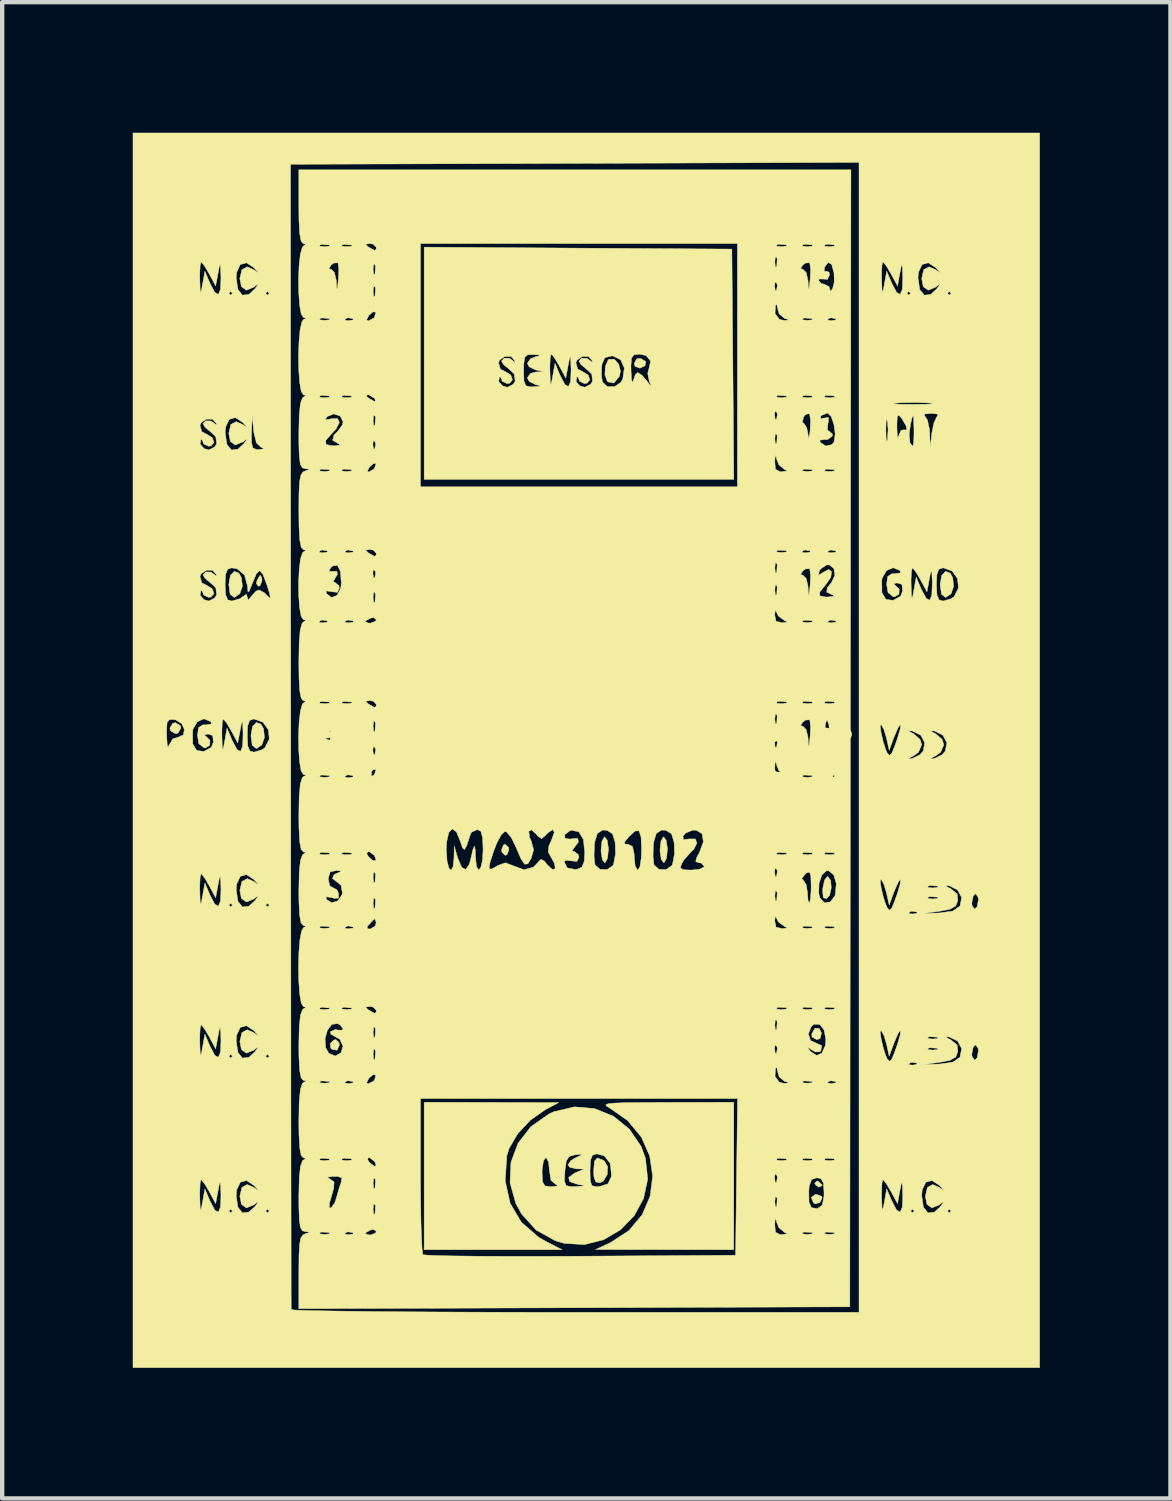
<source format=kicad_pcb>
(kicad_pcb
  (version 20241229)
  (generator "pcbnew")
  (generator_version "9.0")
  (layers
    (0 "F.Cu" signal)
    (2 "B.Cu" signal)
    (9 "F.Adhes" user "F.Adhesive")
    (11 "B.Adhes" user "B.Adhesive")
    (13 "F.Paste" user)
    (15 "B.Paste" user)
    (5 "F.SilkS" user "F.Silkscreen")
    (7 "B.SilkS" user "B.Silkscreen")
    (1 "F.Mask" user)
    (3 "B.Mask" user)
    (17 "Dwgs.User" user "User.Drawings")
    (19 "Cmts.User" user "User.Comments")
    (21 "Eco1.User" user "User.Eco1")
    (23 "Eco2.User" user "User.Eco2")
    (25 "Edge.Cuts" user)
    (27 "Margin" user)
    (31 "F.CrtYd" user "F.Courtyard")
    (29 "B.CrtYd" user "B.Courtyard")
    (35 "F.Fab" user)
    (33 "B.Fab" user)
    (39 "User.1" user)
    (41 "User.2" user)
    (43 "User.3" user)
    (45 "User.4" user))
  (footprint "hr_monitor"
    (layer "F.Cu")
    (at 10.419 14.144)
    (property "Reference" "hr_monitor" (at 0 0 0) (layer "F.SilkS") (effects (font (size 1.524 1.524) (thickness 0.3))))
    (attr through_hole)
    (fp_poly (pts (xy 1.368 -8.888) (xy 1.348 -8.791) (xy 1.232 -8.736) (xy 1.119 -8.777) (xy 1.101 -8.848) (xy 1.162 -8.954) (xy 1.249 -8.959) (xy 1.368 -8.888)) (stroke (width 0.01) (type solid)) (fill yes) (layer "F.SilkS"))
    (fp_poly (pts (xy 5.35 6.433) (xy 5.403 6.54) (xy 5.37 6.666) (xy 5.292 6.689) (xy 5.185 6.628) (xy 5.18 6.557) (xy 5.253 6.427) (xy 5.35 6.433)) (stroke (width 0.01) (type solid)) (fill yes) (layer "F.SilkS"))
    (fp_poly (pts (xy -9.328 -0.525) (xy -9.313 -0.466) (xy -9.381 -0.353) (xy -9.44 -0.339) (xy -9.553 -0.406) (xy -9.567 -0.466) (xy -9.5 -0.578) (xy -9.44 -0.593) (xy -9.328 -0.525)) (stroke (width 0.01) (type solid)) (fill yes) (layer "F.SilkS"))
    (fp_poly (pts (xy -7.454 -3.91) (xy -7.451 -3.852) (xy -7.495 -3.74) (xy -7.533 -3.725) (xy -7.579 -3.787) (xy -7.566 -3.852) (xy -7.506 -3.964) (xy -7.484 -3.979) (xy -7.454 -3.91)) (stroke (width 0.01) (type solid)) (fill yes) (layer "F.SilkS"))
    (fp_poly (pts (xy -5.682 6.757) (xy -5.673 6.816) (xy -5.725 6.932) (xy -5.842 6.912) (xy -5.868 6.889) (xy -5.885 6.783) (xy -5.799 6.697) (xy -5.752 6.689) (xy -5.682 6.757)) (stroke (width 0.01) (type solid)) (fill yes) (layer "F.SilkS"))
    (fp_poly (pts (xy -1.788 2.27) (xy -1.778 2.328) (xy -1.824 2.441) (xy -1.863 2.455) (xy -1.938 2.387) (xy -1.947 2.328) (xy -1.902 2.216) (xy -1.863 2.201) (xy -1.788 2.27)) (stroke (width 0.01) (type solid)) (fill yes) (layer "F.SilkS"))
    (fp_poly (pts (xy 5.334 9.948) (xy 5.415 10.024) (xy 5.419 10.038) (xy 5.353 10.074) (xy 5.334 10.075) (xy 5.253 10.01) (xy 5.249 9.986) (xy 5.301 9.935) (xy 5.334 9.948)) (stroke (width 0.01) (type solid)) (fill yes) (layer "F.SilkS"))
    (fp_poly (pts (xy 5.404 10.288) (xy 5.419 10.324) (xy 5.363 10.435) (xy 5.254 10.461) (xy 5.219 10.44) (xy 5.167 10.317) (xy 5.258 10.247) (xy 5.292 10.245) (xy 5.404 10.288)) (stroke (width 0.01) (type solid)) (fill yes) (layer "F.SilkS"))
    (fp_poly (pts (xy -7.983 -4.029) (xy -7.923 -3.925) (xy -7.901 -3.726) (xy -7.962 -3.552) (xy -8.082 -3.472) (xy -8.091 -3.471) (xy -8.183 -3.545) (xy -8.213 -3.768) (xy -8.176 -3.976) (xy -8.087 -4.069) (xy -7.983 -4.029)) (stroke (width 0.01) (type solid)) (fill yes) (layer "F.SilkS"))
    (fp_poly (pts (xy -7.475 -0.558) (xy -7.415 -0.454) (xy -7.393 -0.254) (xy -7.454 -0.081) (xy -7.574 -0.000347) (xy -7.583 0) (xy -7.675 -0.073) (xy -7.705 -0.296) (xy -7.668 -0.504) (xy -7.579 -0.598) (xy -7.475 -0.558)) (stroke (width 0.01) (type solid)) (fill yes) (layer "F.SilkS"))
    (fp_poly (pts (xy 5.546 2.942) (xy 5.614 3.032) (xy 5.627 3.201) (xy 5.591 3.369) (xy 5.518 3.452) (xy 5.444 3.429) (xy 5.429 3.272) (xy 5.434 3.205) (xy 5.474 3.021) (xy 5.536 2.942) (xy 5.546 2.942)) (stroke (width 0.01) (type solid)) (fill yes) (layer "F.SilkS"))
    (fp_poly (pts (xy 8.358 -4.029) (xy 8.417 -3.925) (xy 8.44 -3.726) (xy 8.378 -3.552) (xy 8.258 -3.472) (xy 8.249 -3.471) (xy 8.158 -3.545) (xy 8.128 -3.768) (xy 8.165 -3.976) (xy 8.253 -4.069) (xy 8.358 -4.029)) (stroke (width 0.01) (type solid)) (fill yes) (layer "F.SilkS"))
    (fp_poly (pts (xy 0.389 9.46) (xy 0.41 9.472) (xy 0.491 9.608) (xy 0.48 9.79) (xy 0.392 9.938) (xy 0.318 9.975) (xy 0.217 9.96) (xy 0.175 9.839) (xy 0.169 9.701) (xy 0.187 9.481) (xy 0.253 9.407) (xy 0.389 9.46)) (stroke (width 0.01) (type solid)) (fill yes) (layer "F.SilkS"))
    (fp_poly (pts (xy 0.742 -8.831) (xy 0.785 -8.668) (xy 0.756 -8.54) (xy 0.631 -8.395) (xy 0.5 -8.42) (xy 0.48 -8.438) (xy 0.427 -8.582) (xy 0.437 -8.777) (xy 0.502 -8.925) (xy 0.521 -8.94) (xy 0.643 -8.941) (xy 0.742 -8.831)) (stroke (width 0.01) (type solid)) (fill yes) (layer "F.SilkS"))
    (fp_poly (pts (xy 0.479 2.106) (xy 0.507 2.289) (xy 0.508 2.328) (xy 0.487 2.524) (xy 0.434 2.622) (xy 0.423 2.625) (xy 0.367 2.55) (xy 0.339 2.367) (xy 0.339 2.328) (xy 0.36 2.132) (xy 0.412 2.035) (xy 0.423 2.032) (xy 0.479 2.106)) (stroke (width 0.01) (type solid)) (fill yes) (layer "F.SilkS"))
    (fp_poly (pts (xy 1.834 2.106) (xy 1.862 2.289) (xy 1.863 2.328) (xy 1.841 2.524) (xy 1.789 2.622) (xy 1.778 2.625) (xy 1.722 2.55) (xy 1.694 2.367) (xy 1.693 2.328) (xy 1.715 2.132) (xy 1.767 2.035) (xy 1.778 2.032) (xy 1.834 2.106)) (stroke (width 0.01) (type solid)) (fill yes) (layer "F.SilkS"))
    (fp_poly (pts (xy -0.635 8.135) (xy -0.94 8.297) (xy -1.285 8.539) (xy -1.578 8.854) (xy -1.775 9.191) (xy -1.826 9.359) (xy -1.863 9.936) (xy -1.749 10.45) (xy -1.491 10.885) (xy -1.094 11.23) (xy -0.93 11.324) (xy -0.557 11.515) (xy -3.725 11.515) (xy -3.725 8.128) (xy -0.635 8.135)) (stroke (width 0.01) (type solid)) (fill yes) (layer "F.SilkS"))
    (fp_poly (pts (xy 3.387 11.515) (xy 1.799 11.513) (xy 0.212 11.511) (xy 0.55 11.355) (xy 0.98 11.075) (xy 1.286 10.708) (xy 1.467 10.282) (xy 1.524 9.825) (xy 1.457 9.365) (xy 1.266 8.93) (xy 0.95 8.549) (xy 0.55 8.269) (xy 0.47 8.221) (xy 0.446 8.187) (xy 0.497 8.163) (xy 0.643 8.147) (xy 0.901 8.138) (xy 1.29 8.133) (xy 1.83 8.131) (xy 1.841 8.131) (xy 3.387 8.128) (xy 3.387 11.515)) (stroke (width 0.01) (type solid)) (fill yes) (layer "F.SilkS"))
    (fp_poly (pts (xy 0.191 8.273) (xy 0.622 8.448) (xy 0.988 8.743) (xy 1.259 9.142) (xy 1.359 9.415) (xy 1.41 9.893) (xy 1.315 10.34) (xy 1.099 10.736) (xy 0.785 11.059) (xy 0.398 11.286) (xy -0.04 11.397) (xy -0.505 11.37) (xy -0.707 11.311) (xy -1.153 11.064) (xy -1.489 10.692) (xy -1.618 10.456) (xy -1.752 9.98) (xy -1.742 9.737) (xy -1.016 9.737) (xy -1.006 9.953) (xy -0.953 10.048) (xy -0.825 10.067) (xy -0.783 10.066) (xy -0.655 10.049) (xy -0.687 10.02) (xy -0.699 10.017) (xy -0.789 9.941) (xy -0.502 9.941) (xy -0.465 10.042) (xy -0.35 10.066) (xy -0.238 10.063) (xy -0.064 10.052) (xy -0.052 10.039) (xy -0.191 10.015) (xy -0.379 9.952) (xy -0.406 9.858) (xy -0.268 9.754) (xy -0.233 9.739) (xy -0.135 9.7) (xy 0.085 9.7) (xy 0.091 9.935) (xy 0.13 10.044) (xy 0.227 10.068) (xy 0.318 10.06) (xy 0.497 10.001) (xy 0.571 9.844) (xy 0.578 9.795) (xy 0.549 9.531) (xy 0.413 9.359) (xy 0.244 9.313) (xy 0.144 9.342) (xy 0.097 9.454) (xy 0.085 9.692) (xy 0.085 9.7) (xy -0.135 9.7) (xy -0.042 9.663) (xy -0.233 9.657) (xy -0.382 9.62) (xy -0.423 9.565) (xy -0.354 9.468) (xy -0.233 9.396) (xy -0.103 9.337) (xy -0.131 9.325) (xy -0.254 9.335) (xy -0.39 9.371) (xy -0.459 9.474) (xy -0.49 9.695) (xy -0.492 9.716) (xy -0.502 9.941) (xy -0.789 9.941) (xy -0.811 9.922) (xy -0.847 9.699) (xy -0.847 9.688) (xy -0.868 9.495) (xy -0.922 9.4) (xy -0.931 9.398) (xy -0.984 9.473) (xy -1.014 9.661) (xy -1.016 9.737) (xy -1.742 9.737) (xy -1.731 9.507) (xy -1.567 9.066) (xy -1.271 8.686) (xy -0.856 8.396) (xy -0.742 8.344) (xy -0.274 8.233) (xy 0.191 8.273)) (stroke (width 0.01) (type solid)) (fill yes) (layer "F.SilkS"))
    (fp_poly (pts (xy -0.191 -11.494) (xy 3.344 -11.472) (xy 3.389 -6.181) (xy -3.725 -6.181) (xy -3.725 -8.863) (xy -2.017 -8.863) (xy -1.976 -8.716) (xy -1.87 -8.662) (xy -1.736 -8.581) (xy -1.696 -8.469) (xy -1.762 -8.391) (xy -1.82 -8.382) (xy -1.933 -8.435) (xy -1.947 -8.481) (xy -1.979 -8.541) (xy -1.998 -8.529) (xy -2.012 -8.425) (xy -1.921 -8.327) (xy -1.813 -8.297) (xy -1.679 -8.366) (xy -1.634 -8.439) (xy -1.654 -8.601) (xy -1.736 -8.678) (xy -1.439 -8.678) (xy -1.432 -8.444) (xy -1.391 -8.335) (xy -1.288 -8.307) (xy -1.206 -8.309) (xy -1.061 -8.32) (xy -1.077 -8.339) (xy -1.164 -8.357) (xy -1.313 -8.432) (xy -1.355 -8.515) (xy -1.283 -8.614) (xy -1.164 -8.648) (xy -0.974 -8.659) (xy -1.164 -8.696) (xy -1.313 -8.768) (xy -1.325 -8.79) (xy -0.837 -8.79) (xy -0.836 -8.657) (xy -0.827 -8.427) (xy -0.816 -8.356) (xy -0.794 -8.432) (xy -0.772 -8.551) (xy -0.719 -8.848) (xy -0.603 -8.572) (xy -0.492 -8.361) (xy -0.409 -8.314) (xy -0.36 -8.43) (xy -0.35 -8.7) (xy -0.356 -8.863) (xy -0.239 -8.863) (xy -0.198 -8.716) (xy -0.092 -8.662) (xy 0.042 -8.581) (xy 0.082 -8.469) (xy 0.016 -8.391) (xy -0.042 -8.382) (xy -0.155 -8.435) (xy -0.169 -8.481) (xy -0.201 -8.541) (xy -0.22 -8.529) (xy -0.234 -8.425) (xy -0.143 -8.327) (xy -0.035 -8.297) (xy 0.099 -8.366) (xy 0.144 -8.439) (xy 0.13 -8.558) (xy 0.348 -8.558) (xy 0.372 -8.417) (xy 0.484 -8.31) (xy 0.648 -8.311) (xy 0.795 -8.411) (xy 0.838 -8.488) (xy 0.873 -8.739) (xy 0.85 -8.791) (xy 1.025 -8.791) (xy 1.028 -8.657) (xy 1.04 -8.465) (xy 1.061 -8.403) (xy 1.076 -8.445) (xy 1.13 -8.594) (xy 1.181 -8.636) (xy 1.276 -8.575) (xy 1.389 -8.445) (xy 1.479 -8.329) (xy 1.484 -8.349) (xy 1.448 -8.429) (xy 1.411 -8.616) (xy 1.437 -8.718) (xy 1.477 -8.898) (xy 1.375 -9.025) (xy 1.219 -9.059) (xy 1.097 -9.044) (xy 1.039 -8.969) (xy 1.025 -8.791) (xy 0.85 -8.791) (xy 0.79 -8.93) (xy 0.612 -9.016) (xy 0.583 -9.017) (xy 0.428 -8.978) (xy 0.361 -8.831) (xy 0.354 -8.777) (xy 0.348 -8.558) (xy 0.13 -8.558) (xy 0.124 -8.601) (xy 0.015 -8.704) (xy -0.124 -8.821) (xy -0.169 -8.9) (xy -0.108 -8.966) (xy 0.015 -8.962) (xy 0.113 -8.89) (xy 0.114 -8.888) (xy 0.14 -8.869) (xy 0.135 -8.909) (xy 0.051 -9.003) (xy -0.091 -9.006) (xy -0.211 -8.926) (xy -0.239 -8.863) (xy -0.356 -8.863) (xy -0.358 -8.931) (xy -0.37 -9.004) (xy -0.392 -8.929) (xy -0.416 -8.805) (xy -0.471 -8.509) (xy -0.619 -8.784) (xy -0.725 -8.963) (xy -0.798 -9.056) (xy -0.807 -9.059) (xy -0.828 -8.983) (xy -0.837 -8.79) (xy -1.325 -8.79) (xy -1.355 -8.848) (xy -1.283 -8.952) (xy -1.164 -9) (xy -1.053 -9.026) (xy -1.097 -9.041) (xy -1.206 -9.048) (xy -1.35 -9.043) (xy -1.418 -8.979) (xy -1.438 -8.811) (xy -1.439 -8.678) (xy -1.736 -8.678) (xy -1.763 -8.704) (xy -1.902 -8.821) (xy -1.947 -8.9) (xy -1.886 -8.966) (xy -1.763 -8.962) (xy -1.665 -8.89) (xy -1.664 -8.888) (xy -1.638 -8.869) (xy -1.643 -8.909) (xy -1.727 -9.003) (xy -1.869 -9.006) (xy -1.989 -8.926) (xy -2.017 -8.863) (xy -3.725 -8.863) (xy -3.725 -11.517) (xy -0.191 -11.494)) (stroke (width 0.01) (type solid)) (fill yes) (layer "F.SilkS"))
    (fp_poly (pts (xy 10.414 14.224) (xy -10.414 14.224) (xy -10.414 10.175) (xy -8.88 10.175) (xy -8.879 10.308) (xy -8.871 10.538) (xy -8.859 10.61) (xy -8.837 10.534) (xy -8.815 10.414) (xy -8.762 10.118) (xy -8.647 10.393) (xy -8.535 10.605) (xy -8.453 10.651) (xy -8.442 10.626) (xy -8.213 10.626) (xy -8.17 10.668) (xy -8.128 10.626) (xy -8.17 10.583) (xy -8.213 10.626) (xy -8.442 10.626) (xy -8.404 10.535) (xy -8.393 10.27) (xy -8.043 10.27) (xy -8.004 10.538) (xy -7.9 10.669) (xy -7.75 10.651) (xy -7.723 10.626) (xy -7.366 10.626) (xy -7.324 10.668) (xy -7.281 10.626) (xy -7.324 10.583) (xy -7.366 10.626) (xy -7.723 10.626) (xy -7.609 10.52) (xy -7.536 10.42) (xy -7.579 10.44) (xy -7.637 10.485) (xy -7.809 10.555) (xy -7.923 10.473) (xy -7.959 10.287) (xy -7.912 10.083) (xy -7.789 10.018) (xy -7.637 10.085) (xy -7.542 10.153) (xy -7.562 10.118) (xy -7.635 10.038) (xy -7.807 9.925) (xy -7.949 9.965) (xy -8.032 10.142) (xy -8.043 10.27) (xy -8.393 10.27) (xy -8.393 10.266) (xy -8.401 10.035) (xy -8.413 9.962) (xy -8.436 10.036) (xy -8.459 10.16) (xy -8.515 10.456) (xy -8.662 10.181) (xy -8.768 10.002) (xy -8.842 9.909) (xy -8.85 9.906) (xy -8.871 9.982) (xy -8.88 10.175) (xy -10.414 10.175) (xy -10.414 6.619) (xy -8.88 6.619) (xy -8.879 6.752) (xy -8.871 6.982) (xy -8.859 7.054) (xy -8.837 6.978) (xy -8.815 6.858) (xy -8.762 6.562) (xy -8.647 6.837) (xy -8.535 7.049) (xy -8.453 7.095) (xy -8.442 7.07) (xy -8.213 7.07) (xy -8.17 7.112) (xy -8.128 7.07) (xy -8.17 7.027) (xy -8.213 7.07) (xy -8.442 7.07) (xy -8.404 6.979) (xy -8.393 6.714) (xy -8.043 6.714) (xy -8.004 6.982) (xy -7.9 7.113) (xy -7.75 7.095) (xy -7.723 7.07) (xy -7.366 7.07) (xy -7.324 7.112) (xy -7.281 7.07) (xy -7.324 7.027) (xy -7.366 7.07) (xy -7.723 7.07) (xy -7.609 6.964) (xy -7.536 6.864) (xy -7.579 6.884) (xy -7.637 6.929) (xy -7.809 6.999) (xy -7.923 6.917) (xy -7.959 6.731) (xy -7.912 6.527) (xy -7.789 6.462) (xy -7.637 6.529) (xy -7.542 6.597) (xy -7.562 6.562) (xy -7.635 6.482) (xy -7.807 6.369) (xy -7.949 6.409) (xy -8.032 6.586) (xy -8.043 6.714) (xy -8.393 6.714) (xy -8.393 6.71) (xy -8.401 6.479) (xy -8.413 6.406) (xy -8.436 6.48) (xy -8.459 6.604) (xy -8.515 6.9) (xy -8.662 6.625) (xy -8.768 6.446) (xy -8.842 6.353) (xy -8.85 6.35) (xy -8.871 6.426) (xy -8.88 6.619) (xy -10.414 6.619) (xy -10.414 3.148) (xy -8.88 3.148) (xy -8.879 3.281) (xy -8.871 3.511) (xy -8.859 3.582) (xy -8.837 3.506) (xy -8.815 3.387) (xy -8.762 3.09) (xy -8.647 3.365) (xy -8.535 3.577) (xy -8.453 3.624) (xy -8.442 3.598) (xy -8.213 3.598) (xy -8.17 3.641) (xy -8.128 3.598) (xy -8.17 3.556) (xy -8.213 3.598) (xy -8.442 3.598) (xy -8.404 3.508) (xy -8.393 3.243) (xy -8.043 3.243) (xy -8.004 3.511) (xy -7.9 3.641) (xy -7.75 3.624) (xy -7.723 3.598) (xy -7.366 3.598) (xy -7.324 3.641) (xy -7.281 3.598) (xy -7.324 3.556) (xy -7.366 3.598) (xy -7.723 3.598) (xy -7.609 3.493) (xy -7.536 3.392) (xy -7.579 3.412) (xy -7.637 3.457) (xy -7.809 3.527) (xy -7.923 3.446) (xy -7.959 3.26) (xy -7.912 3.056) (xy -7.789 2.991) (xy -7.637 3.057) (xy -7.542 3.126) (xy -7.562 3.091) (xy -7.635 3.011) (xy -7.807 2.897) (xy -7.949 2.938) (xy -8.032 3.115) (xy -8.043 3.243) (xy -8.393 3.243) (xy -8.393 3.239) (xy -8.401 3.007) (xy -8.413 2.934) (xy -8.436 3.009) (xy -8.459 3.133) (xy -8.515 3.429) (xy -8.662 3.154) (xy -8.768 2.975) (xy -8.842 2.882) (xy -8.85 2.879) (xy -8.871 2.955) (xy -8.88 3.148) (xy -10.414 3.148) (xy -10.414 -0.427) (xy -9.643 -0.427) (xy -9.64 -0.281) (xy -9.628 -0.087) (xy -9.608 -0.022) (xy -9.592 -0.064) (xy -9.497 -0.223) (xy -9.386 -0.254) (xy -9.26 -0.309) (xy -9.242 -0.394) (xy -9.044 -0.394) (xy -9.042 -0.105) (xy -8.949 0.046) (xy -8.785 0.069) (xy -8.613 -0.027) (xy -8.567 -0.148) (xy -8.583 -0.297) (xy -8.694 -0.332) (xy -8.777 -0.31) (xy -8.742 -0.283) (xy -8.645 -0.186) (xy -8.651 -0.071) (xy -8.748 -0.013) (xy -8.784 -0.016) (xy -8.902 -0.11) (xy -8.932 -0.297) (xy -8.918 -0.408) (xy -8.372 -0.408) (xy -8.371 -0.275) (xy -8.363 -0.045) (xy -8.351 0.026) (xy -8.329 -0.05) (xy -8.307 -0.169) (xy -8.254 -0.466) (xy -8.139 -0.191) (xy -8.027 0.021) (xy -7.945 0.068) (xy -7.896 -0.048) (xy -7.886 -0.296) (xy -7.789 -0.296) (xy -7.777 -0.055) (xy -7.728 0.058) (xy -7.637 0.085) (xy -7.449 0.031) (xy -7.383 -0.017) (xy -7.283 -0.215) (xy -7.305 -0.43) (xy -7.429 -0.603) (xy -7.631 -0.677) (xy -7.637 -0.677) (xy -7.733 -0.646) (xy -7.779 -0.524) (xy -7.789 -0.296) (xy -7.886 -0.296) (xy -7.885 -0.318) (xy -7.893 -0.549) (xy -7.905 -0.622) (xy -7.928 -0.547) (xy -7.951 -0.423) (xy -8.007 -0.127) (xy -8.154 -0.402) (xy -8.26 -0.581) (xy -8.334 -0.674) (xy -8.342 -0.677) (xy -8.363 -0.601) (xy -8.372 -0.408) (xy -8.918 -0.408) (xy -8.909 -0.478) (xy -8.815 -0.541) (xy -8.739 -0.543) (xy -8.614 -0.563) (xy -8.624 -0.615) (xy -8.783 -0.681) (xy -8.938 -0.614) (xy -9.036 -0.442) (xy -9.044 -0.394) (xy -9.242 -0.394) (xy -9.233 -0.433) (xy -9.294 -0.569) (xy -9.433 -0.656) (xy -9.461 -0.662) (xy -9.575 -0.664) (xy -9.63 -0.599) (xy -9.643 -0.427) (xy -10.414 -0.427) (xy -10.414 -3.952) (xy -8.875 -3.952) (xy -8.834 -3.805) (xy -8.728 -3.752) (xy -8.594 -3.67) (xy -8.554 -3.559) (xy -8.62 -3.48) (xy -8.678 -3.471) (xy -8.791 -3.524) (xy -8.805 -3.57) (xy -8.837 -3.63) (xy -8.856 -3.618) (xy -8.87 -3.515) (xy -8.779 -3.417) (xy -8.671 -3.387) (xy -8.537 -3.456) (xy -8.492 -3.529) (xy -8.512 -3.69) (xy -8.594 -3.768) (xy -8.297 -3.768) (xy -8.285 -3.527) (xy -8.236 -3.413) (xy -8.145 -3.387) (xy -7.957 -3.44) (xy -7.891 -3.488) (xy -7.807 -3.542) (xy -7.787 -3.467) (xy -7.766 -3.404) (xy -7.698 -3.493) (xy -7.586 -3.615) (xy -7.519 -3.641) (xy -7.399 -3.58) (xy -7.314 -3.493) (xy -7.26 -3.446) (xy -7.269 -3.534) (xy -7.335 -3.751) (xy -7.429 -4) (xy -7.504 -4.086) (xy -7.581 -4.011) (xy -7.677 -3.783) (xy -7.744 -3.613) (xy -7.773 -3.593) (xy -7.782 -3.715) (xy -7.783 -3.73) (xy -7.852 -3.986) (xy -8.023 -4.128) (xy -8.145 -4.149) (xy -8.241 -4.117) (xy -8.287 -3.996) (xy -8.297 -3.768) (xy -8.594 -3.768) (xy -8.621 -3.793) (xy -8.76 -3.91) (xy -8.805 -3.99) (xy -8.744 -4.056) (xy -8.621 -4.051) (xy -8.523 -3.979) (xy -8.522 -3.977) (xy -8.496 -3.958) (xy -8.501 -3.998) (xy -8.585 -4.093) (xy -8.727 -4.095) (xy -8.847 -4.016) (xy -8.875 -3.952) (xy -10.414 -3.952) (xy -10.414 -7.423) (xy -8.875 -7.423) (xy -8.834 -7.277) (xy -8.728 -7.223) (xy -8.594 -7.141) (xy -8.554 -7.03) (xy -8.62 -6.951) (xy -8.678 -6.943) (xy -8.791 -6.996) (xy -8.805 -7.041) (xy -8.837 -7.101) (xy -8.856 -7.089) (xy -8.87 -6.986) (xy -8.779 -6.888) (xy -8.671 -6.858) (xy -8.537 -6.927) (xy -8.492 -7) (xy -8.512 -7.162) (xy -8.612 -7.256) (xy -8.297 -7.256) (xy -8.258 -6.988) (xy -8.154 -6.857) (xy -8.004 -6.875) (xy -7.863 -7.006) (xy -7.855 -7.017) (xy -7.691 -7.017) (xy -7.659 -6.901) (xy -7.574 -6.867) (xy -7.514 -6.868) (xy -7.402 -6.883) (xy -7.455 -6.912) (xy -7.467 -6.915) (xy -7.579 -7.02) (xy -7.639 -7.27) (xy -7.643 -7.308) (xy -7.675 -7.662) (xy -7.69 -7.26) (xy -7.691 -7.017) (xy -7.855 -7.017) (xy -7.79 -7.106) (xy -7.833 -7.086) (xy -7.891 -7.041) (xy -8.063 -6.971) (xy -8.177 -7.053) (xy -8.213 -7.239) (xy -8.166 -7.443) (xy -8.043 -7.508) (xy -7.891 -7.441) (xy -7.796 -7.373) (xy -7.816 -7.408) (xy -7.889 -7.488) (xy -8.061 -7.601) (xy -8.203 -7.561) (xy -8.286 -7.384) (xy -8.297 -7.256) (xy -8.612 -7.256) (xy -8.621 -7.264) (xy -8.76 -7.382) (xy -8.805 -7.461) (xy -8.744 -7.527) (xy -8.621 -7.522) (xy -8.523 -7.45) (xy -8.522 -7.449) (xy -8.496 -7.429) (xy -8.501 -7.47) (xy -8.585 -7.564) (xy -8.727 -7.566) (xy -8.847 -7.487) (xy -8.875 -7.423) (xy -10.414 -7.423) (xy -10.414 -10.907) (xy -8.88 -10.907) (xy -8.879 -10.774) (xy -8.871 -10.544) (xy -8.859 -10.472) (xy -8.837 -10.548) (xy -8.815 -10.668) (xy -8.762 -10.964) (xy -8.647 -10.689) (xy -8.535 -10.477) (xy -8.453 -10.431) (xy -8.442 -10.456) (xy -8.213 -10.456) (xy -8.17 -10.414) (xy -8.128 -10.456) (xy -8.17 -10.499) (xy -8.213 -10.456) (xy -8.442 -10.456) (xy -8.404 -10.547) (xy -8.393 -10.812) (xy -8.043 -10.812) (xy -8.004 -10.544) (xy -7.9 -10.413) (xy -7.75 -10.431) (xy -7.723 -10.456) (xy -7.366 -10.456) (xy -7.324 -10.414) (xy -7.281 -10.456) (xy -7.324 -10.499) (xy -7.366 -10.456) (xy -7.723 -10.456) (xy -7.609 -10.562) (xy -7.536 -10.662) (xy -7.579 -10.642) (xy -7.637 -10.597) (xy -7.809 -10.527) (xy -7.923 -10.609) (xy -7.959 -10.795) (xy -7.912 -10.999) (xy -7.789 -11.064) (xy -7.637 -10.997) (xy -7.542 -10.929) (xy -7.562 -10.964) (xy -7.635 -11.044) (xy -7.807 -11.157) (xy -7.949 -11.117) (xy -8.032 -10.94) (xy -8.043 -10.812) (xy -8.393 -10.812) (xy -8.393 -10.816) (xy -8.401 -11.047) (xy -8.413 -11.12) (xy -8.436 -11.046) (xy -8.459 -10.922) (xy -8.515 -10.626) (xy -8.662 -10.901) (xy -8.768 -11.08) (xy -8.842 -11.173) (xy -8.85 -11.176) (xy -8.871 -11.1) (xy -8.88 -10.907) (xy -10.414 -10.907) (xy -10.414 -13.42) (xy -6.795 -13.42) (xy -6.79 -0.296) (xy -6.789 1.181) (xy -6.789 2.613) (xy -6.788 3.99) (xy -6.787 5.302) (xy -6.786 6.541) (xy -6.786 7.697) (xy -6.785 8.761) (xy -6.784 9.724) (xy -6.783 10.577) (xy -6.782 11.311) (xy -6.781 11.916) (xy -6.781 12.384) (xy -6.78 12.705) (xy -6.779 12.87) (xy -6.779 12.89) (xy -6.696 12.901) (xy -6.456 12.91) (xy -6.072 12.919) (xy -5.559 12.927) (xy -4.927 12.935) (xy -4.191 12.941) (xy -3.363 12.946) (xy -2.457 12.95) (xy -1.484 12.953) (xy -0.459 12.954) (xy -0.254 12.954) (xy 6.265 12.954) (xy 6.265 10.175) (xy 6.783 10.175) (xy 6.784 10.308) (xy 6.793 10.538) (xy 6.804 10.61) (xy 6.826 10.534) (xy 6.848 10.414) (xy 6.901 10.118) (xy 7.017 10.393) (xy 7.128 10.605) (xy 7.211 10.651) (xy 7.221 10.626) (xy 7.451 10.626) (xy 7.493 10.668) (xy 7.535 10.626) (xy 7.493 10.583) (xy 7.451 10.626) (xy 7.221 10.626) (xy 7.26 10.535) (xy 7.27 10.27) (xy 7.705 10.27) (xy 7.744 10.538) (xy 7.848 10.669) (xy 7.998 10.651) (xy 8.025 10.626) (xy 8.297 10.626) (xy 8.34 10.668) (xy 8.382 10.626) (xy 8.34 10.583) (xy 8.297 10.626) (xy 8.025 10.626) (xy 8.139 10.52) (xy 8.212 10.42) (xy 8.169 10.44) (xy 8.111 10.485) (xy 7.939 10.555) (xy 7.825 10.473) (xy 7.789 10.287) (xy 7.836 10.083) (xy 7.959 10.018) (xy 8.111 10.085) (xy 8.206 10.153) (xy 8.186 10.118) (xy 8.113 10.038) (xy 7.941 9.925) (xy 7.799 9.965) (xy 7.716 10.142) (xy 7.705 10.27) (xy 7.27 10.27) (xy 7.27 10.266) (xy 7.262 10.035) (xy 7.25 9.962) (xy 7.228 10.036) (xy 7.204 10.16) (xy 7.149 10.456) (xy 7.001 10.181) (xy 6.895 10.002) (xy 6.822 9.909) (xy 6.813 9.906) (xy 6.792 9.982) (xy 6.783 10.175) (xy 6.265 10.175) (xy 6.265 7.261) (xy 7.403 7.261) (xy 7.486 7.275) (xy 7.577 7.262) (xy 7.747 7.262) (xy 8.119 7.25) (xy 8.422 7.206) (xy 8.584 7.093) (xy 8.585 7.091) (xy 8.596 7.033) (xy 8.854 7.033) (xy 8.867 7.09) (xy 8.924 7.163) (xy 8.979 7.106) (xy 9.01 6.937) (xy 8.997 6.88) (xy 8.941 6.807) (xy 8.886 6.864) (xy 8.854 7.033) (xy 8.596 7.033) (xy 8.623 6.897) (xy 8.53 6.722) (xy 8.339 6.627) (xy 8.331 6.625) (xy 8.25 6.625) (xy 8.325 6.67) (xy 8.367 6.688) (xy 8.519 6.813) (xy 8.536 6.963) (xy 8.487 7.09) (xy 8.354 7.164) (xy 8.128 7.208) (xy 7.747 7.262) (xy 7.577 7.262) (xy 7.596 7.259) (xy 7.597 7.23) (xy 7.484 7.21) (xy 7.435 7.223) (xy 7.403 7.261) (xy 6.265 7.261) (xy 6.265 6.521) (xy 6.752 6.521) (xy 6.773 6.67) (xy 6.818 6.865) (xy 6.875 7.046) (xy 6.914 7.133) (xy 6.963 7.186) (xy 7.013 7.147) (xy 7.08 6.988) (xy 7.105 6.917) (xy 7.842 6.917) (xy 7.959 6.929) (xy 8.079 6.916) (xy 8.065 6.887) (xy 7.891 6.875) (xy 7.853 6.887) (xy 7.842 6.917) (xy 7.105 6.917) (xy 7.146 6.802) (xy 7.186 6.663) (xy 7.842 6.663) (xy 7.959 6.675) (xy 8.079 6.662) (xy 8.065 6.633) (xy 7.891 6.621) (xy 7.853 6.633) (xy 7.842 6.663) (xy 7.186 6.663) (xy 7.215 6.565) (xy 7.218 6.477) (xy 7.167 6.54) (xy 7.074 6.753) (xy 7.056 6.801) (xy 6.958 7.07) (xy 6.897 6.793) (xy 6.837 6.592) (xy 6.773 6.478) (xy 6.769 6.474) (xy 6.752 6.521) (xy 6.265 6.521) (xy 6.265 3.79) (xy 7.403 3.79) (xy 7.486 3.803) (xy 7.577 3.79) (xy 7.747 3.79) (xy 8.119 3.779) (xy 8.422 3.735) (xy 8.584 3.621) (xy 8.585 3.619) (xy 8.596 3.561) (xy 8.854 3.561) (xy 8.867 3.619) (xy 8.924 3.692) (xy 8.979 3.634) (xy 9.01 3.466) (xy 8.997 3.408) (xy 8.941 3.336) (xy 8.886 3.393) (xy 8.854 3.561) (xy 8.596 3.561) (xy 8.623 3.426) (xy 8.53 3.251) (xy 8.339 3.155) (xy 8.331 3.154) (xy 8.25 3.154) (xy 8.325 3.199) (xy 8.367 3.217) (xy 8.519 3.342) (xy 8.536 3.492) (xy 8.487 3.618) (xy 8.354 3.693) (xy 8.128 3.737) (xy 7.747 3.79) (xy 7.577 3.79) (xy 7.596 3.788) (xy 7.597 3.759) (xy 7.484 3.739) (xy 7.435 3.752) (xy 7.403 3.79) (xy 6.265 3.79) (xy 6.265 3.049) (xy 6.752 3.049) (xy 6.773 3.199) (xy 6.818 3.394) (xy 6.875 3.575) (xy 6.914 3.662) (xy 6.963 3.715) (xy 7.013 3.675) (xy 7.08 3.517) (xy 7.105 3.446) (xy 7.842 3.446) (xy 7.959 3.458) (xy 8.079 3.445) (xy 8.065 3.415) (xy 7.891 3.404) (xy 7.853 3.415) (xy 7.842 3.446) (xy 7.105 3.446) (xy 7.146 3.331) (xy 7.186 3.192) (xy 7.842 3.192) (xy 7.959 3.204) (xy 8.079 3.191) (xy 8.065 3.161) (xy 7.891 3.15) (xy 7.853 3.161) (xy 7.842 3.192) (xy 7.186 3.192) (xy 7.215 3.093) (xy 7.218 3.006) (xy 7.167 3.069) (xy 7.074 3.282) (xy 7.056 3.329) (xy 6.958 3.598) (xy 6.897 3.321) (xy 6.837 3.12) (xy 6.773 3.006) (xy 6.769 3.003) (xy 6.752 3.049) (xy 6.265 3.049) (xy 6.265 -0.507) (xy 6.752 -0.507) (xy 6.773 -0.357) (xy 6.818 -0.162) (xy 6.875 0.019) (xy 6.914 0.106) (xy 6.963 0.159) (xy 7.013 0.119) (xy 7.08 -0.039) (xy 7.146 -0.225) (xy 7.198 -0.404) (xy 7.398 -0.404) (xy 7.465 -0.363) (xy 7.514 -0.341) (xy 7.667 -0.208) (xy 7.705 -0.085) (xy 7.631 0.087) (xy 7.514 0.172) (xy 7.401 0.228) (xy 7.444 0.237) (xy 7.484 0.233) (xy 7.661 0.147) (xy 7.737 0.064) (xy 7.776 -0.13) (xy 7.683 -0.305) (xy 7.493 -0.401) (xy 7.484 -0.402) (xy 7.398 -0.404) (xy 7.906 -0.404) (xy 7.973 -0.363) (xy 8.022 -0.341) (xy 8.175 -0.208) (xy 8.213 -0.085) (xy 8.139 0.087) (xy 8.022 0.172) (xy 7.909 0.228) (xy 7.952 0.237) (xy 7.992 0.233) (xy 8.169 0.147) (xy 8.245 0.064) (xy 8.284 -0.13) (xy 8.191 -0.305) (xy 8.001 -0.401) (xy 7.992 -0.402) (xy 7.906 -0.404) (xy 7.398 -0.404) (xy 7.198 -0.404) (xy 7.215 -0.463) (xy 7.218 -0.55) (xy 7.167 -0.487) (xy 7.074 -0.274) (xy 7.056 -0.227) (xy 6.958 0.042) (xy 6.897 -0.235) (xy 6.837 -0.436) (xy 6.773 -0.55) (xy 6.769 -0.553) (xy 6.752 -0.507) (xy 6.265 -0.507) (xy 6.265 -3.866) (xy 6.788 -3.866) (xy 6.791 -3.576) (xy 6.883 -3.425) (xy 7.048 -3.402) (xy 7.22 -3.498) (xy 7.266 -3.619) (xy 7.25 -3.769) (xy 7.139 -3.803) (xy 7.056 -3.782) (xy 7.091 -3.754) (xy 7.188 -3.658) (xy 7.182 -3.543) (xy 7.085 -3.484) (xy 7.048 -3.487) (xy 6.931 -3.582) (xy 6.9 -3.769) (xy 6.914 -3.88) (xy 7.46 -3.88) (xy 7.462 -3.747) (xy 7.47 -3.517) (xy 7.482 -3.445) (xy 7.504 -3.521) (xy 7.526 -3.641) (xy 7.578 -3.937) (xy 7.694 -3.662) (xy 7.806 -3.45) (xy 7.888 -3.404) (xy 7.937 -3.52) (xy 7.947 -3.768) (xy 8.043 -3.768) (xy 8.056 -3.527) (xy 8.105 -3.413) (xy 8.196 -3.387) (xy 8.384 -3.44) (xy 8.45 -3.488) (xy 8.55 -3.686) (xy 8.527 -3.901) (xy 8.404 -4.075) (xy 8.202 -4.149) (xy 8.196 -4.149) (xy 8.099 -4.117) (xy 8.054 -3.996) (xy 8.043 -3.768) (xy 7.947 -3.768) (xy 7.948 -3.789) (xy 7.939 -4.02) (xy 7.928 -4.093) (xy 7.905 -4.019) (xy 7.881 -3.895) (xy 7.826 -3.598) (xy 7.678 -3.873) (xy 7.573 -4.053) (xy 7.499 -4.145) (xy 7.491 -4.149) (xy 7.47 -4.073) (xy 7.46 -3.88) (xy 6.914 -3.88) (xy 6.923 -3.95) (xy 7.018 -4.012) (xy 7.094 -4.015) (xy 7.219 -4.034) (xy 7.208 -4.086) (xy 7.05 -4.152) (xy 6.895 -4.085) (xy 6.797 -3.913) (xy 6.788 -3.866) (xy 6.265 -3.866) (xy 6.265 -7.324) (xy 6.882 -7.324) (xy 6.888 -7.123) (xy 6.903 -7.049) (xy 6.918 -7.09) (xy 6.933 -7.322) (xy 6.923 -7.461) (xy 7.136 -7.461) (xy 7.136 -7.361) (xy 7.145 -7.181) (xy 7.162 -7.133) (xy 7.174 -7.177) (xy 7.19 -7.213) (xy 7.417 -7.213) (xy 7.435 -7.023) (xy 7.498 -6.943) (xy 7.502 -6.943) (xy 7.52 -7.019) (xy 7.528 -7.212) (xy 7.527 -7.345) (xy 7.52 -7.579) (xy 7.508 -7.652) (xy 7.76 -7.652) (xy 7.768 -7.649) (xy 7.837 -7.545) (xy 7.882 -7.336) (xy 7.888 -7.253) (xy 7.902 -6.9) (xy 7.937 -7.238) (xy 7.982 -7.468) (xy 8.051 -7.62) (xy 8.071 -7.639) (xy 8.072 -7.681) (xy 7.936 -7.697) (xy 7.916 -7.697) (xy 7.772 -7.682) (xy 7.76 -7.652) (xy 7.508 -7.652) (xy 7.508 -7.656) (xy 7.481 -7.588) (xy 7.45 -7.458) (xy 7.417 -7.213) (xy 7.19 -7.213) (xy 7.229 -7.306) (xy 7.287 -7.32) (xy 7.359 -7.314) (xy 7.346 -7.411) (xy 7.254 -7.571) (xy 7.249 -7.578) (xy 7.178 -7.659) (xy 7.144 -7.628) (xy 7.136 -7.461) (xy 6.923 -7.461) (xy 6.919 -7.513) (xy 6.899 -7.572) (xy 6.886 -7.48) (xy 6.882 -7.324) (xy 6.265 -7.324) (xy 6.265 -7.923) (xy 7.037 -7.923) (xy 7.092 -7.912) (xy 7.287 -7.906) (xy 7.493 -7.904) (xy 7.78 -7.907) (xy 7.944 -7.915) (xy 7.968 -7.927) (xy 7.898 -7.936) (xy 7.578 -7.949) (xy 7.224 -7.942) (xy 7.136 -7.936) (xy 7.037 -7.923) (xy 6.265 -7.923) (xy 6.265 -10.907) (xy 6.783 -10.907) (xy 6.784 -10.774) (xy 6.793 -10.544) (xy 6.804 -10.472) (xy 6.826 -10.548) (xy 6.848 -10.668) (xy 6.901 -10.964) (xy 7.017 -10.689) (xy 7.128 -10.477) (xy 7.211 -10.431) (xy 7.221 -10.456) (xy 7.366 -10.456) (xy 7.408 -10.414) (xy 7.451 -10.456) (xy 7.408 -10.499) (xy 7.366 -10.456) (xy 7.221 -10.456) (xy 7.26 -10.547) (xy 7.27 -10.812) (xy 7.62 -10.812) (xy 7.659 -10.544) (xy 7.764 -10.413) (xy 7.913 -10.431) (xy 7.94 -10.456) (xy 8.297 -10.456) (xy 8.34 -10.414) (xy 8.382 -10.456) (xy 8.34 -10.499) (xy 8.297 -10.456) (xy 7.94 -10.456) (xy 8.054 -10.562) (xy 8.127 -10.662) (xy 8.084 -10.642) (xy 8.026 -10.597) (xy 7.855 -10.527) (xy 7.74 -10.609) (xy 7.705 -10.795) (xy 7.751 -10.999) (xy 7.875 -11.064) (xy 8.026 -10.997) (xy 8.122 -10.929) (xy 8.101 -10.964) (xy 8.029 -11.044) (xy 7.856 -11.157) (xy 7.714 -11.117) (xy 7.631 -10.94) (xy 7.62 -10.812) (xy 7.27 -10.812) (xy 7.27 -10.816) (xy 7.262 -11.047) (xy 7.25 -11.12) (xy 7.228 -11.046) (xy 7.204 -10.922) (xy 7.149 -10.626) (xy 7.001 -10.901) (xy 6.895 -11.08) (xy 6.822 -11.173) (xy 6.813 -11.176) (xy 6.792 -11.1) (xy 6.783 -10.907) (xy 6.265 -10.907) (xy 6.265 -13.463) (xy -6.795 -13.42) (xy -10.414 -13.42) (xy -10.414 -14.139) (xy 10.414 -14.139) (xy 10.414 14.224)) (stroke (width 0.01) (type solid)) (fill yes) (layer "F.SilkS"))
    (fp_poly (pts (xy 6.066 -0.233) (xy 6.054 12.827) (xy -0.275 12.849) (xy -6.604 12.87) (xy -6.604 12.029) (xy -6.6 11.639) (xy -6.586 11.387) (xy -6.556 11.241) (xy -6.504 11.171) (xy -6.458 11.151) (xy -6.128 11.151) (xy -6.011 11.163) (xy -5.949 11.156) (xy -5.551 11.156) (xy -5.468 11.169) (xy -5.358 11.154) (xy -5.358 11.143) (xy -5.08 11.143) (xy -5.011 11.172) (xy -4.953 11.176) (xy -4.84 11.132) (xy -4.826 11.094) (xy -4.888 11.047) (xy -4.953 11.061) (xy -5.064 11.121) (xy -5.08 11.143) (xy -5.358 11.143) (xy -5.357 11.125) (xy -5.47 11.105) (xy -5.519 11.118) (xy -5.551 11.156) (xy -5.949 11.156) (xy -5.891 11.149) (xy -5.905 11.12) (xy -6.079 11.109) (xy -6.117 11.12) (xy -6.128 11.151) (xy -6.458 11.151) (xy -6.456 11.15) (xy -6.351 11.118) (xy -6.412 11.104) (xy -6.456 11.101) (xy -6.526 11.078) (xy -6.569 10.997) (xy -6.593 10.829) (xy -6.601 10.583) (xy -4.897 10.583) (xy -4.884 10.704) (xy -4.855 10.689) (xy -4.843 10.516) (xy -4.855 10.477) (xy -4.885 10.467) (xy -4.897 10.583) (xy -6.601 10.583) (xy -6.603 10.542) (xy -6.604 10.294) (xy -6.595 9.869) (xy -6.593 9.847) (xy -5.945 9.847) (xy -5.918 9.876) (xy -5.902 9.88) (xy -5.794 9.961) (xy -5.803 10.103) (xy -5.867 10.33) (xy -5.9 10.446) (xy -5.904 10.554) (xy -5.861 10.553) (xy -5.778 10.436) (xy -5.736 10.309) (xy -5.674 10.086) (xy -5.64 9.991) (xy -4.897 9.991) (xy -4.884 10.111) (xy -4.855 10.097) (xy -4.843 9.923) (xy -4.855 9.885) (xy -4.885 9.874) (xy -4.897 9.991) (xy -5.64 9.991) (xy -5.632 9.97) (xy -5.616 9.865) (xy -5.717 9.83) (xy -5.812 9.831) (xy -5.945 9.847) (xy -6.593 9.847) (xy -6.567 9.599) (xy -6.518 9.468) (xy -6.503 9.457) (xy -6.128 9.457) (xy -6.011 9.469) (xy -5.905 9.457) (xy -5.62 9.457) (xy -5.503 9.469) (xy -5.383 9.456) (xy -5.388 9.447) (xy -5.026 9.447) (xy -4.978 9.516) (xy -4.866 9.602) (xy -4.828 9.572) (xy -4.865 9.488) (xy -4.975 9.403) (xy -5.004 9.398) (xy -5.026 9.447) (xy -5.388 9.447) (xy -5.397 9.427) (xy -5.571 9.415) (xy -5.609 9.427) (xy -5.62 9.457) (xy -5.905 9.457) (xy -5.891 9.456) (xy -5.905 9.427) (xy -6.079 9.415) (xy -6.117 9.427) (xy -6.128 9.457) (xy -6.503 9.457) (xy -6.498 9.454) (xy -6.436 9.416) (xy -6.498 9.405) (xy -6.551 9.348) (xy -6.584 9.173) (xy -6.601 8.861) (xy -6.604 8.558) (xy -6.596 8.124) (xy -6.588 8.043) (xy -3.81 8.043) (xy -3.81 9.807) (xy -3.807 10.338) (xy -3.8 10.81) (xy -3.789 11.197) (xy -3.774 11.475) (xy -3.758 11.617) (xy -3.753 11.628) (xy -3.658 11.64) (xy -3.413 11.65) (xy -3.033 11.658) (xy -2.538 11.664) (xy -1.945 11.667) (xy -1.272 11.668) (xy -0.537 11.666) (xy -0.133 11.664) (xy 3.429 11.642) (xy 3.438 10.943) (xy 4.33 10.943) (xy 4.346 11.113) (xy 4.446 11.166) (xy 4.508 11.166) (xy 4.618 11.151) (xy 4.964 11.151) (xy 5.08 11.163) (xy 5.187 11.151) (xy 5.472 11.151) (xy 5.588 11.163) (xy 5.708 11.149) (xy 5.694 11.12) (xy 5.52 11.109) (xy 5.482 11.12) (xy 5.472 11.151) (xy 5.187 11.151) (xy 5.2 11.149) (xy 5.186 11.12) (xy 5.012 11.109) (xy 4.974 11.12) (xy 4.964 11.151) (xy 4.618 11.151) (xy 4.62 11.151) (xy 4.566 11.121) (xy 4.556 11.119) (xy 4.427 11.013) (xy 4.377 10.896) (xy 4.351 10.792) (xy 4.336 10.845) (xy 4.33 10.943) (xy 3.438 10.943) (xy 3.445 10.414) (xy 4.331 10.414) (xy 4.345 10.534) (xy 4.374 10.52) (xy 4.385 10.346) (xy 4.374 10.308) (xy 4.343 10.298) (xy 4.331 10.414) (xy 3.445 10.414) (xy 3.448 10.16) (xy 5.112 10.16) (xy 5.116 10.422) (xy 5.171 10.549) (xy 5.294 10.57) (xy 5.321 10.566) (xy 5.419 10.491) (xy 5.459 10.298) (xy 5.461 10.201) (xy 5.446 9.98) (xy 5.388 9.882) (xy 5.294 9.864) (xy 5.176 9.902) (xy 5.122 10.045) (xy 5.112 10.16) (xy 3.448 10.16) (xy 3.452 9.857) (xy 4.325 9.857) (xy 4.34 9.966) (xy 4.369 9.968) (xy 4.389 9.854) (xy 4.376 9.805) (xy 4.338 9.773) (xy 4.325 9.857) (xy 3.452 9.857) (xy 3.457 9.457) (xy 4.371 9.457) (xy 4.487 9.469) (xy 4.594 9.457) (xy 4.964 9.457) (xy 5.08 9.469) (xy 5.187 9.457) (xy 5.472 9.457) (xy 5.588 9.469) (xy 5.708 9.456) (xy 5.694 9.427) (xy 5.52 9.415) (xy 5.482 9.427) (xy 5.472 9.457) (xy 5.187 9.457) (xy 5.2 9.456) (xy 5.186 9.427) (xy 5.012 9.415) (xy 4.974 9.427) (xy 4.964 9.457) (xy 4.594 9.457) (xy 4.608 9.456) (xy 4.593 9.427) (xy 4.42 9.415) (xy 4.381 9.427) (xy 4.371 9.457) (xy 3.457 9.457) (xy 3.475 8.043) (xy -3.81 8.043) (xy -6.588 8.043) (xy -6.57 7.842) (xy -6.525 7.699) (xy -6.502 7.679) (xy -6.128 7.679) (xy -6.011 7.691) (xy -5.949 7.684) (xy -5.551 7.684) (xy -5.468 7.698) (xy -5.358 7.682) (xy -5.358 7.682) (xy -5.048 7.682) (xy -5.011 7.705) (xy -4.887 7.642) (xy -4.865 7.614) (xy -4.842 7.535) (xy 4.336 7.535) (xy 4.435 7.668) (xy 4.548 7.695) (xy 4.653 7.683) (xy 4.645 7.679) (xy 4.964 7.679) (xy 5.08 7.691) (xy 5.142 7.684) (xy 5.54 7.684) (xy 5.623 7.698) (xy 5.733 7.682) (xy 5.734 7.654) (xy 5.621 7.633) (xy 5.572 7.647) (xy 5.54 7.684) (xy 5.142 7.684) (xy 5.2 7.678) (xy 5.186 7.649) (xy 5.012 7.637) (xy 4.974 7.649) (xy 4.964 7.679) (xy 4.645 7.679) (xy 4.592 7.657) (xy 4.551 7.646) (xy 4.429 7.541) (xy 4.396 7.423) (xy 4.376 7.322) (xy 4.346 7.348) (xy 4.336 7.535) (xy -4.842 7.535) (xy -4.833 7.504) (xy -4.899 7.495) (xy -4.994 7.576) (xy -5.048 7.682) (xy -5.358 7.682) (xy -5.357 7.654) (xy -5.47 7.633) (xy -5.519 7.647) (xy -5.551 7.684) (xy -5.949 7.684) (xy -5.891 7.678) (xy -5.905 7.649) (xy -6.079 7.637) (xy -6.117 7.649) (xy -6.128 7.679) (xy -6.502 7.679) (xy -6.498 7.676) (xy -6.436 7.638) (xy -6.498 7.627) (xy -6.552 7.568) (xy -6.586 7.389) (xy -6.602 7.07) (xy -6.604 6.823) (xy -6.601 6.668) (xy -6.001 6.668) (xy -5.99 6.869) (xy -5.916 7.004) (xy -5.767 7.065) (xy -5.698 7.027) (xy -4.897 7.027) (xy -4.884 7.148) (xy -4.855 7.133) (xy -4.843 6.96) (xy -4.855 6.921) (xy -4.885 6.911) (xy -4.897 7.027) (xy -5.698 7.027) (xy -5.637 6.994) (xy -5.605 6.893) (xy 4.325 6.893) (xy 4.34 7.003) (xy 4.369 7.004) (xy 4.389 6.891) (xy 4.38 6.858) (xy 5.084 6.858) (xy 5.11 6.907) (xy 5.155 6.965) (xy 5.29 7.053) (xy 5.413 6.997) (xy 5.491 6.823) (xy 5.503 6.689) (xy 5.462 6.466) (xy 5.361 6.338) (xy 5.232 6.335) (xy 5.166 6.39) (xy 5.102 6.559) (xy 5.151 6.71) (xy 5.289 6.773) (xy 5.408 6.825) (xy 5.388 6.942) (xy 5.363 6.97) (xy 5.261 6.971) (xy 5.172 6.921) (xy 5.084 6.858) (xy 4.38 6.858) (xy 4.376 6.842) (xy 4.338 6.81) (xy 4.325 6.893) (xy -5.605 6.893) (xy -5.588 6.841) (xy -5.661 6.681) (xy -5.756 6.629) (xy -5.871 6.562) (xy -5.874 6.519) (xy -4.897 6.519) (xy -4.884 6.64) (xy -4.855 6.625) (xy -4.843 6.452) (xy -4.855 6.413) (xy -4.885 6.403) (xy -4.897 6.519) (xy -5.874 6.519) (xy -5.875 6.504) (xy -5.764 6.457) (xy -5.706 6.469) (xy -5.603 6.47) (xy -5.588 6.441) (xy -5.655 6.351) (xy -5.657 6.35) (xy 4.331 6.35) (xy 4.345 6.47) (xy 4.374 6.456) (xy 4.385 6.282) (xy 4.374 6.244) (xy 4.343 6.234) (xy 4.331 6.35) (xy -5.657 6.35) (xy -5.714 6.32) (xy -5.847 6.34) (xy -5.948 6.474) (xy -6.001 6.668) (xy -6.601 6.668) (xy -6.595 6.398) (xy -6.567 6.127) (xy -6.518 5.997) (xy -6.503 5.986) (xy -6.128 5.986) (xy -6.011 5.998) (xy -5.905 5.986) (xy -5.62 5.986) (xy -5.503 5.998) (xy -5.383 5.985) (xy -5.397 5.955) (xy -5.571 5.944) (xy -5.609 5.955) (xy -5.62 5.986) (xy -5.905 5.986) (xy -5.891 5.985) (xy -5.905 5.955) (xy -6.079 5.944) (xy -6.117 5.955) (xy -6.128 5.986) (xy -6.503 5.986) (xy -6.498 5.983) (xy -6.436 5.944) (xy -6.45 5.942) (xy -5.072 5.942) (xy -5.012 6.001) (xy -4.995 6.011) (xy -4.868 6.085) (xy -4.829 6.063) (xy -4.826 6.011) (xy -4.851 5.986) (xy 4.371 5.986) (xy 4.487 5.998) (xy 4.594 5.986) (xy 4.964 5.986) (xy 5.08 5.998) (xy 5.187 5.986) (xy 5.472 5.986) (xy 5.588 5.998) (xy 5.708 5.985) (xy 5.694 5.955) (xy 5.52 5.944) (xy 5.482 5.955) (xy 5.472 5.986) (xy 5.187 5.986) (xy 5.2 5.985) (xy 5.186 5.955) (xy 5.012 5.944) (xy 4.974 5.955) (xy 4.964 5.986) (xy 4.594 5.986) (xy 4.608 5.985) (xy 4.593 5.955) (xy 4.42 5.944) (xy 4.381 5.955) (xy 4.371 5.986) (xy -4.851 5.986) (xy -4.896 5.94) (xy -4.974 5.928) (xy -5.072 5.942) (xy -6.45 5.942) (xy -6.498 5.933) (xy -6.548 5.852) (xy -6.584 5.645) (xy -6.605 5.354) (xy -6.611 5.021) (xy -6.603 4.688) (xy -6.58 4.399) (xy -6.542 4.195) (xy -6.5 4.123) (xy -6.128 4.123) (xy -6.011 4.135) (xy -5.949 4.128) (xy -5.551 4.128) (xy -5.468 4.142) (xy -5.44 4.138) (xy -5.032 4.138) (xy -4.967 4.149) (xy -4.848 4.08) (xy -4.827 4) (xy -4.841 3.958) (xy 4.328 3.958) (xy 4.359 4.105) (xy 4.503 4.139) (xy 4.508 4.139) (xy 4.618 4.123) (xy 4.964 4.123) (xy 5.08 4.135) (xy 5.187 4.123) (xy 5.472 4.123) (xy 5.588 4.135) (xy 5.708 4.122) (xy 5.694 4.093) (xy 5.52 4.081) (xy 5.482 4.093) (xy 5.472 4.123) (xy 5.187 4.123) (xy 5.2 4.122) (xy 5.186 4.093) (xy 5.012 4.081) (xy 4.974 4.093) (xy 4.964 4.123) (xy 4.618 4.123) (xy 4.62 4.123) (xy 4.566 4.094) (xy 4.556 4.091) (xy 4.411 3.984) (xy 4.375 3.911) (xy 4.345 3.845) (xy 4.329 3.944) (xy 4.328 3.958) (xy -4.841 3.958) (xy -4.854 3.914) (xy -4.892 3.937) (xy -5.013 4.069) (xy -5.032 4.085) (xy -5.032 4.138) (xy -5.44 4.138) (xy -5.358 4.126) (xy -5.357 4.098) (xy -5.47 4.077) (xy -5.519 4.091) (xy -5.551 4.128) (xy -5.949 4.128) (xy -5.891 4.122) (xy -5.905 4.093) (xy -6.079 4.081) (xy -6.117 4.093) (xy -6.128 4.123) (xy -6.5 4.123) (xy -6.498 4.12) (xy -6.436 4.082) (xy -6.498 4.071) (xy -6.552 4.012) (xy -6.586 3.833) (xy -6.6 3.556) (xy -4.897 3.556) (xy -4.884 3.676) (xy -4.855 3.662) (xy -4.843 3.488) (xy -4.855 3.45) (xy -4.885 3.44) (xy -4.897 3.556) (xy -6.6 3.556) (xy -6.602 3.514) (xy -6.603 3.406) (xy -5.975 3.406) (xy -5.972 3.467) (xy -5.85 3.545) (xy -5.708 3.501) (xy -5.629 3.387) (xy 4.331 3.387) (xy 4.345 3.507) (xy 4.374 3.493) (xy 4.385 3.319) (xy 4.374 3.281) (xy 4.343 3.27) (xy 4.331 3.387) (xy -5.629 3.387) (xy -5.612 3.361) (xy -5.603 3.322) (xy -5.634 3.144) (xy -5.709 3.081) (xy -5.832 2.989) (xy -5.821 2.963) (xy -4.897 2.963) (xy -4.884 3.084) (xy -4.855 3.069) (xy -4.849 2.99) (xy 4.951 2.99) (xy 4.986 3.031) (xy 5.053 3.129) (xy 5.08 3.309) (xy 5.093 3.484) (xy 5.122 3.556) (xy 5.147 3.48) (xy 5.159 3.327) (xy 5.34 3.327) (xy 5.367 3.436) (xy 5.471 3.547) (xy 5.604 3.527) (xy 5.709 3.39) (xy 5.721 3.35) (xy 5.742 3.102) (xy 5.685 2.907) (xy 5.571 2.811) (xy 5.517 2.811) (xy 5.41 2.907) (xy 5.346 3.101) (xy 5.34 3.327) (xy 5.159 3.327) (xy 5.163 3.288) (xy 5.165 3.165) (xy 5.158 2.933) (xy 5.13 2.841) (xy 5.065 2.858) (xy 5.028 2.886) (xy 4.951 2.99) (xy -4.849 2.99) (xy -4.843 2.896) (xy -4.855 2.857) (xy -4.885 2.847) (xy -4.897 2.963) (xy -5.821 2.963) (xy -5.792 2.894) (xy -5.694 2.852) (xy -5.637 2.829) (xy 4.325 2.829) (xy 4.34 2.939) (xy 4.369 2.94) (xy 4.389 2.827) (xy 4.376 2.778) (xy 4.338 2.746) (xy 4.325 2.829) (xy -5.637 2.829) (xy -5.618 2.822) (xy -5.705 2.806) (xy -5.736 2.804) (xy -5.882 2.834) (xy -5.926 2.975) (xy -5.927 3.006) (xy -5.893 3.158) (xy -5.826 3.196) (xy -5.728 3.247) (xy -5.691 3.331) (xy -5.694 3.44) (xy -5.8 3.441) (xy -5.845 3.428) (xy -5.975 3.406) (xy -6.603 3.406) (xy -6.604 3.267) (xy -6.595 2.842) (xy -6.567 2.571) (xy -6.518 2.441) (xy -6.503 2.43) (xy -6.128 2.43) (xy -6.011 2.442) (xy -5.905 2.43) (xy -5.62 2.43) (xy -5.503 2.442) (xy -5.383 2.429) (xy -5.388 2.419) (xy -5.045 2.419) (xy -4.994 2.5) (xy -4.883 2.586) (xy -4.83 2.56) (xy -4.865 2.461) (xy -4.98 2.375) (xy -5.011 2.371) (xy -5.045 2.419) (xy -5.388 2.419) (xy -5.397 2.399) (xy -5.571 2.388) (xy -5.609 2.399) (xy -5.62 2.43) (xy -5.905 2.43) (xy -5.891 2.429) (xy -5.905 2.399) (xy -6.079 2.388) (xy -6.117 2.399) (xy -6.128 2.43) (xy -6.503 2.43) (xy -6.498 2.427) (xy -6.436 2.388) (xy -6.498 2.377) (xy -6.543 2.328) (xy -3.217 2.328) (xy -3.199 2.587) (xy -3.156 2.75) (xy -3.104 2.797) (xy -3.06 2.713) (xy -3.04 2.519) (xy -3.033 2.244) (xy -2.953 2.519) (xy -2.864 2.731) (xy -2.772 2.781) (xy -2.691 2.666) (xy -2.661 2.561) (xy -2.604 2.322) (xy -2.57 2.245) (xy -2.552 2.326) (xy -2.547 2.477) (xy -2.523 2.71) (xy -2.477 2.792) (xy -2.438 2.752) (xy -2.235 2.752) (xy -2.187 2.774) (xy -2.062 2.709) (xy -2.031 2.689) (xy -1.858 2.626) (xy -1.694 2.689) (xy -1.431 2.787) (xy -1.217 2.728) (xy -1.136 2.646) (xy -1.046 2.548) (xy -0.968 2.582) (xy -0.901 2.667) (xy -0.779 2.781) (xy -0.713 2.761) (xy -0.731 2.639) (xy -0.75 2.605) (xy -0.508 2.605) (xy -0.439 2.743) (xy -0.252 2.78) (xy -0.215 2.776) (xy -0.102 2.729) (xy -0.049 2.598) (xy -0.04 2.475) (xy 0.178 2.475) (xy 0.197 2.656) (xy 0.203 2.676) (xy 0.315 2.777) (xy 0.479 2.781) (xy 0.61 2.691) (xy 0.626 2.66) (xy 0.671 2.422) (xy 0.662 2.156) (xy 0.662 2.154) (xy 0.875 2.154) (xy 0.893 2.197) (xy 0.961 2.201) (xy 1.061 2.251) (xy 1.099 2.423) (xy 1.101 2.498) (xy 1.122 2.694) (xy 1.174 2.791) (xy 1.185 2.794) (xy 1.232 2.717) (xy 1.262 2.52) (xy 1.264 2.475) (xy 1.533 2.475) (xy 1.552 2.656) (xy 1.558 2.676) (xy 1.67 2.777) (xy 1.834 2.781) (xy 1.89 2.742) (xy 2.159 2.742) (xy 2.228 2.786) (xy 2.41 2.794) (xy 2.607 2.773) (xy 2.706 2.721) (xy 2.709 2.709) (xy 2.641 2.634) (xy 2.586 2.625) (xy 2.514 2.602) (xy 2.534 2.509) (xy 2.577 2.43) (xy 4.371 2.43) (xy 4.487 2.442) (xy 4.594 2.43) (xy 4.964 2.43) (xy 5.08 2.442) (xy 5.187 2.43) (xy 5.472 2.43) (xy 5.588 2.442) (xy 5.708 2.429) (xy 5.694 2.399) (xy 5.52 2.388) (xy 5.482 2.399) (xy 5.472 2.43) (xy 5.187 2.43) (xy 5.2 2.429) (xy 5.186 2.399) (xy 5.012 2.388) (xy 4.974 2.399) (xy 4.964 2.43) (xy 4.594 2.43) (xy 4.608 2.429) (xy 4.593 2.399) (xy 4.42 2.388) (xy 4.381 2.399) (xy 4.371 2.43) (xy 2.577 2.43) (xy 2.601 2.385) (xy 2.689 2.144) (xy 2.661 1.963) (xy 2.529 1.877) (xy 2.441 1.878) (xy 2.278 1.946) (xy 2.219 2.02) (xy 2.233 2.096) (xy 2.361 2.078) (xy 2.503 2.079) (xy 2.542 2.173) (xy 2.469 2.315) (xy 2.408 2.375) (xy 2.254 2.546) (xy 2.194 2.639) (xy 2.159 2.742) (xy 1.89 2.742) (xy 1.965 2.691) (xy 1.981 2.66) (xy 2.026 2.422) (xy 2.017 2.156) (xy 1.957 1.96) (xy 1.823 1.878) (xy 1.726 1.876) (xy 1.608 1.953) (xy 1.548 2.149) (xy 1.54 2.232) (xy 1.533 2.475) (xy 1.264 2.475) (xy 1.27 2.328) (xy 1.257 2.032) (xy 1.211 1.892) (xy 1.119 1.897) (xy 0.974 2.032) (xy 0.875 2.154) (xy 0.662 2.154) (xy 0.602 1.96) (xy 0.468 1.878) (xy 0.371 1.876) (xy 0.253 1.953) (xy 0.194 2.149) (xy 0.185 2.232) (xy 0.178 2.475) (xy -0.04 2.475) (xy -0.035 2.391) (xy -0.067 2.091) (xy -0.172 1.915) (xy -0.337 1.88) (xy -0.38 1.893) (xy -0.497 1.982) (xy -0.488 2.066) (xy -0.367 2.082) (xy -0.339 2.074) (xy -0.197 2.066) (xy -0.183 2.152) (xy -0.271 2.269) (xy -0.33 2.353) (xy -0.271 2.371) (xy -0.182 2.439) (xy -0.169 2.503) (xy -0.217 2.596) (xy -0.339 2.582) (xy -0.473 2.57) (xy -0.508 2.605) (xy -0.75 2.605) (xy -0.791 2.533) (xy -0.874 2.38) (xy -0.86 2.237) (xy -0.798 2.104) (xy -0.735 1.924) (xy -0.772 1.864) (xy -0.888 1.942) (xy -0.932 1.991) (xy -1.027 2.072) (xy -1.114 2.014) (xy -1.147 1.97) (xy -1.26 1.869) (xy -1.321 1.904) (xy -1.304 2.042) (xy -1.268 2.12) (xy -1.211 2.328) (xy -1.264 2.519) (xy -1.343 2.651) (xy -1.417 2.659) (xy -1.504 2.53) (xy -1.62 2.258) (xy -1.725 2.045) (xy -1.83 1.919) (xy -1.866 1.905) (xy -1.95 1.979) (xy -2.054 2.168) (xy -2.125 2.349) (xy -2.212 2.619) (xy -2.235 2.752) (xy -2.438 2.752) (xy -2.425 2.739) (xy -2.384 2.563) (xy -2.371 2.328) (xy -2.382 2.049) (xy -2.421 1.905) (xy -2.497 1.863) (xy -2.5 1.863) (xy -2.634 1.921) (xy -2.662 1.968) (xy -2.743 2.222) (xy -2.798 2.323) (xy -2.844 2.285) (xy -2.892 2.138) (xy -2.984 1.914) (xy -3.079 1.848) (xy -3.159 1.93) (xy -3.209 2.152) (xy -3.217 2.328) (xy -6.543 2.328) (xy -6.551 2.321) (xy -6.584 2.145) (xy -6.601 1.833) (xy -6.604 1.531) (xy -6.596 1.096) (xy -6.57 0.815) (xy -6.525 0.672) (xy -6.502 0.652) (xy -6.128 0.652) (xy -6.011 0.664) (xy -5.949 0.657) (xy -5.551 0.657) (xy -5.468 0.671) (xy -5.358 0.655) (xy -5.358 0.654) (xy -5.031 0.654) (xy -5.004 0.677) (xy -4.887 0.615) (xy -4.865 0.587) (xy -4.83 0.482) (xy -4.894 0.487) (xy -4.978 0.559) (xy -5.031 0.654) (xy -5.358 0.654) (xy -5.357 0.626) (xy -5.47 0.606) (xy -5.519 0.619) (xy -5.551 0.657) (xy -5.949 0.657) (xy -5.891 0.651) (xy -5.905 0.621) (xy -6.079 0.61) (xy -6.117 0.621) (xy -6.128 0.652) (xy -6.502 0.652) (xy -6.498 0.649) (xy -6.436 0.61) (xy -6.498 0.599) (xy -6.55 0.519) (xy -6.563 0.445) (xy 4.33 0.445) (xy 4.346 0.614) (xy 4.446 0.668) (xy 4.508 0.668) (xy 4.618 0.652) (xy 4.964 0.652) (xy 5.08 0.664) (xy 5.187 0.652) (xy 5.472 0.652) (xy 5.588 0.664) (xy 5.708 0.651) (xy 5.694 0.621) (xy 5.52 0.61) (xy 5.482 0.621) (xy 5.472 0.652) (xy 5.187 0.652) (xy 5.2 0.651) (xy 5.186 0.621) (xy 5.012 0.61) (xy 4.974 0.621) (xy 4.964 0.652) (xy 4.618 0.652) (xy 4.62 0.652) (xy 4.566 0.623) (xy 4.556 0.62) (xy 4.427 0.515) (xy 4.377 0.397) (xy 4.351 0.293) (xy 4.336 0.346) (xy 4.33 0.445) (xy -6.563 0.445) (xy -6.586 0.314) (xy -6.606 0.035) (xy -4.904 0.035) (xy -4.888 0.145) (xy -4.86 0.146) (xy -4.839 0.033) (xy -4.853 -0.016) (xy -4.89 -0.048) (xy -4.904 0.035) (xy -6.606 0.035) (xy -6.606 0.029) (xy -6.609 -0.232) (xy -6.01 -0.232) (xy -5.95 -0.207) (xy -5.905 -0.196) (xy -5.779 -0.116) (xy -5.756 -0.057) (xy -5.731 -0.01) (xy -5.686 -0.065) (xy -5.67 -0.134) (xy 4.325 -0.134) (xy 4.34 -0.024) (xy 4.369 -0.023) (xy 4.389 -0.136) (xy 4.376 -0.185) (xy 4.338 -0.217) (xy 4.325 -0.134) (xy -5.67 -0.134) (xy -5.648 -0.223) (xy -5.655 -0.425) (xy -5.671 -0.508) (xy -4.897 -0.508) (xy -4.884 -0.388) (xy -4.855 -0.402) (xy -4.847 -0.525) (xy 4.92 -0.525) (xy 4.978 -0.508) (xy 5.051 -0.434) (xy 5.093 -0.253) (xy 5.094 -0.233) (xy 5.105 -0.072) (xy 5.116 -0.063) (xy 5.135 -0.214) (xy 5.142 -0.284) (xy 5.146 -0.371) (xy 5.485 -0.371) (xy 5.499 -0.174) (xy 5.529 -0.031) (xy 5.555 0) (xy 5.576 -0.075) (xy 5.587 -0.264) (xy 5.588 -0.344) (xy 5.573 -0.546) (xy 5.537 -0.645) (xy 5.52 -0.645) (xy 5.49 -0.552) (xy 5.485 -0.371) (xy 5.146 -0.371) (xy 5.152 -0.505) (xy 5.135 -0.645) (xy 5.127 -0.659) (xy 5.035 -0.652) (xy 4.977 -0.608) (xy 4.92 -0.525) (xy -4.847 -0.525) (xy -4.843 -0.576) (xy -4.855 -0.614) (xy -4.885 -0.624) (xy -4.897 -0.508) (xy -5.671 -0.508) (xy -5.693 -0.622) (xy -5.742 -0.658) (xy -5.823 -0.542) (xy -5.847 -0.498) (xy -5.899 -0.374) (xy -5.85 -0.376) (xy -5.767 -0.377) (xy -5.757 -0.344) (xy -5.828 -0.263) (xy -5.905 -0.244) (xy -6.01 -0.232) (xy -6.609 -0.232) (xy -6.61 -0.29) (xy -6.598 -0.601) (xy -6.589 -0.677) (xy 4.331 -0.677) (xy 4.345 -0.557) (xy 4.374 -0.572) (xy 4.385 -0.745) (xy 4.374 -0.783) (xy 4.343 -0.794) (xy 4.331 -0.677) (xy -6.589 -0.677) (xy -6.569 -0.858) (xy -6.524 -1.017) (xy -6.501 -1.041) (xy -6.128 -1.041) (xy -6.011 -1.029) (xy -5.905 -1.041) (xy -5.62 -1.041) (xy -5.503 -1.029) (xy -5.383 -1.043) (xy -5.397 -1.072) (xy -5.571 -1.083) (xy -5.609 -1.072) (xy -5.62 -1.041) (xy -5.905 -1.041) (xy -5.891 -1.043) (xy -5.905 -1.072) (xy -6.079 -1.083) (xy -6.117 -1.072) (xy -6.128 -1.041) (xy -6.501 -1.041) (xy -6.498 -1.045) (xy -6.436 -1.083) (xy -6.45 -1.085) (xy -5.072 -1.085) (xy -5.012 -1.027) (xy -4.995 -1.016) (xy -4.868 -0.942) (xy -4.829 -0.964) (xy -4.826 -1.016) (xy -4.851 -1.041) (xy 4.371 -1.041) (xy 4.487 -1.029) (xy 4.594 -1.041) (xy 4.964 -1.041) (xy 5.08 -1.029) (xy 5.187 -1.041) (xy 5.472 -1.041) (xy 5.588 -1.029) (xy 5.708 -1.043) (xy 5.694 -1.072) (xy 5.52 -1.083) (xy 5.482 -1.072) (xy 5.472 -1.041) (xy 5.187 -1.041) (xy 5.2 -1.043) (xy 5.186 -1.072) (xy 5.012 -1.083) (xy 4.974 -1.072) (xy 4.964 -1.041) (xy 4.594 -1.041) (xy 4.608 -1.043) (xy 4.593 -1.072) (xy 4.42 -1.083) (xy 4.381 -1.072) (xy 4.371 -1.041) (xy -4.851 -1.041) (xy -4.896 -1.087) (xy -4.974 -1.099) (xy -5.072 -1.085) (xy -6.45 -1.085) (xy -6.498 -1.094) (xy -6.549 -1.149) (xy -6.583 -1.32) (xy -6.6 -1.626) (xy -6.604 -1.983) (xy -6.596 -2.427) (xy -6.573 -2.719) (xy -6.531 -2.874) (xy -6.506 -2.899) (xy -6.144 -2.899) (xy -6.061 -2.885) (xy -5.965 -2.899) (xy -5.551 -2.899) (xy -5.468 -2.885) (xy -5.358 -2.901) (xy -5.358 -2.912) (xy -5.08 -2.912) (xy -5.011 -2.882) (xy -4.953 -2.879) (xy -4.84 -2.923) (xy -4.826 -2.961) (xy -4.888 -3.007) (xy -4.953 -2.994) (xy -5.064 -2.934) (xy -5.08 -2.912) (xy -5.358 -2.912) (xy -5.357 -2.93) (xy -5.47 -2.95) (xy -5.519 -2.937) (xy -5.551 -2.899) (xy -5.965 -2.899) (xy -5.951 -2.901) (xy -5.95 -2.93) (xy -6.063 -2.95) (xy -6.112 -2.937) (xy -6.144 -2.899) (xy -6.506 -2.899) (xy -6.498 -2.907) (xy -6.436 -2.946) (xy -6.498 -2.957) (xy -6.551 -3.037) (xy -6.557 -3.069) (xy 4.328 -3.069) (xy 4.359 -2.922) (xy 4.503 -2.888) (xy 4.508 -2.888) (xy 4.618 -2.904) (xy 4.964 -2.904) (xy 5.08 -2.892) (xy 5.142 -2.899) (xy 5.54 -2.899) (xy 5.623 -2.885) (xy 5.733 -2.901) (xy 5.734 -2.93) (xy 5.621 -2.95) (xy 5.572 -2.937) (xy 5.54 -2.899) (xy 5.142 -2.899) (xy 5.2 -2.905) (xy 5.186 -2.935) (xy 5.012 -2.946) (xy 4.974 -2.935) (xy 4.964 -2.904) (xy 4.618 -2.904) (xy 4.62 -2.904) (xy 4.566 -2.933) (xy 4.556 -2.936) (xy 4.411 -3.043) (xy 4.375 -3.117) (xy 4.345 -3.182) (xy 4.329 -3.083) (xy 4.328 -3.069) (xy -6.557 -3.069) (xy -6.588 -3.241) (xy -6.607 -3.521) (xy -6.608 -3.621) (xy -5.978 -3.621) (xy -5.972 -3.56) (xy -5.852 -3.469) (xy -5.847 -3.471) (xy -4.897 -3.471) (xy -4.884 -3.351) (xy -4.855 -3.365) (xy -4.843 -3.539) (xy -4.855 -3.577) (xy -4.885 -3.588) (xy -4.897 -3.471) (xy -5.847 -3.471) (xy -5.73 -3.514) (xy -5.659 -3.641) (xy 4.331 -3.641) (xy 4.345 -3.52) (xy 4.374 -3.535) (xy 4.385 -3.708) (xy 4.374 -3.747) (xy 4.343 -3.757) (xy 4.331 -3.641) (xy -5.659 -3.641) (xy -5.644 -3.668) (xy -5.628 -3.794) (xy -5.646 -4.029) (xy -4.904 -4.029) (xy -4.888 -3.919) (xy -4.86 -3.918) (xy -4.845 -3.996) (xy 4.92 -3.996) (xy 4.978 -3.979) (xy 5.051 -3.905) (xy 5.093 -3.725) (xy 5.094 -3.704) (xy 5.105 -3.543) (xy 5.116 -3.534) (xy 5.135 -3.686) (xy 5.142 -3.755) (xy 5.152 -3.976) (xy 5.151 -3.982) (xy 5.336 -3.982) (xy 5.413 -4.025) (xy 5.44 -4.047) (xy 5.573 -4.111) (xy 5.635 -4.058) (xy 5.615 -3.929) (xy 5.512 -3.777) (xy 5.367 -3.6) (xy 5.359 -3.508) (xy 5.492 -3.48) (xy 5.567 -3.481) (xy 5.695 -3.498) (xy 5.663 -3.526) (xy 5.652 -3.53) (xy 5.524 -3.589) (xy 5.534 -3.688) (xy 5.632 -3.812) (xy 5.711 -3.976) (xy 5.689 -4.132) (xy 5.584 -4.217) (xy 5.521 -4.216) (xy 5.38 -4.122) (xy 5.348 -4.064) (xy 5.336 -3.982) (xy 5.151 -3.982) (xy 5.135 -4.116) (xy 5.127 -4.13) (xy 5.035 -4.124) (xy 4.977 -4.08) (xy 4.92 -3.996) (xy -4.845 -3.996) (xy -4.839 -4.031) (xy -4.853 -4.08) (xy -4.89 -4.112) (xy -4.904 -4.029) (xy -5.646 -4.029) (xy -5.65 -4.071) (xy -5.689 -4.149) (xy 4.331 -4.149) (xy 4.345 -4.028) (xy 4.374 -4.043) (xy 4.385 -4.216) (xy 4.374 -4.255) (xy 4.343 -4.265) (xy 4.331 -4.149) (xy -5.689 -4.149) (xy -5.719 -4.207) (xy -5.828 -4.191) (xy -5.86 -4.163) (xy -5.913 -4.08) (xy -5.884 -4.068) (xy -5.728 -4.07) (xy -5.719 -3.992) (xy -5.757 -3.937) (xy -5.814 -3.832) (xy -5.768 -3.81) (xy -5.684 -3.741) (xy -5.673 -3.677) (xy -5.717 -3.586) (xy -5.853 -3.602) (xy -5.978 -3.621) (xy -6.608 -3.621) (xy -6.609 -3.834) (xy -6.594 -4.132) (xy -6.563 -4.371) (xy -6.514 -4.504) (xy -6.509 -4.508) (xy -6.144 -4.508) (xy -6.061 -4.494) (xy -5.965 -4.508) (xy -5.551 -4.508) (xy -5.468 -4.494) (xy -5.358 -4.51) (xy -5.357 -4.538) (xy -5.459 -4.557) (xy -5.072 -4.557) (xy -5.012 -4.498) (xy -4.995 -4.487) (xy -4.868 -4.413) (xy -4.829 -4.435) (xy -4.826 -4.487) (xy -4.851 -4.513) (xy 4.371 -4.513) (xy 4.487 -4.501) (xy 4.549 -4.508) (xy 4.947 -4.508) (xy 5.031 -4.494) (xy 5.126 -4.508) (xy 5.54 -4.508) (xy 5.623 -4.494) (xy 5.733 -4.51) (xy 5.734 -4.538) (xy 5.621 -4.559) (xy 5.572 -4.545) (xy 5.54 -4.508) (xy 5.126 -4.508) (xy 5.14 -4.51) (xy 5.142 -4.538) (xy 5.028 -4.559) (xy 4.979 -4.545) (xy 4.947 -4.508) (xy 4.549 -4.508) (xy 4.608 -4.514) (xy 4.593 -4.543) (xy 4.42 -4.555) (xy 4.381 -4.543) (xy 4.371 -4.513) (xy -4.851 -4.513) (xy -4.896 -4.558) (xy -4.974 -4.571) (xy -5.072 -4.557) (xy -5.459 -4.557) (xy -5.47 -4.559) (xy -5.519 -4.545) (xy -5.551 -4.508) (xy -5.965 -4.508) (xy -5.951 -4.51) (xy -5.95 -4.538) (xy -6.063 -4.559) (xy -6.112 -4.545) (xy -6.144 -4.508) (xy -6.509 -4.508) (xy -6.498 -4.516) (xy -6.436 -4.554) (xy -6.498 -4.565) (xy -6.549 -4.621) (xy -6.583 -4.792) (xy -6.6 -5.097) (xy -6.604 -5.455) (xy -6.601 -5.856) (xy -6.588 -6.118) (xy -6.56 -6.272) (xy -6.512 -6.35) (xy -6.458 -6.375) (xy -6.128 -6.375) (xy -6.011 -6.363) (xy -5.905 -6.375) (xy -5.62 -6.375) (xy -5.503 -6.363) (xy -5.417 -6.373) (xy -5.031 -6.373) (xy -5.004 -6.35) (xy -4.887 -6.412) (xy -4.865 -6.44) (xy -4.83 -6.545) (xy -4.894 -6.541) (xy -4.978 -6.468) (xy -5.031 -6.373) (xy -5.417 -6.373) (xy -5.383 -6.377) (xy -5.397 -6.406) (xy -5.571 -6.417) (xy -5.609 -6.406) (xy -5.62 -6.375) (xy -5.905 -6.375) (xy -5.891 -6.377) (xy -5.905 -6.406) (xy -6.079 -6.417) (xy -6.117 -6.406) (xy -6.128 -6.375) (xy -6.458 -6.375) (xy -6.456 -6.376) (xy -6.351 -6.408) (xy -6.412 -6.422) (xy -6.456 -6.425) (xy -6.526 -6.448) (xy -6.569 -6.529) (xy -6.593 -6.697) (xy -6.603 -6.984) (xy -6.604 -7.232) (xy -6.597 -7.553) (xy -5.998 -7.553) (xy -5.908 -7.561) (xy -5.863 -7.574) (xy -5.712 -7.578) (xy -5.673 -7.488) (xy -5.75 -7.336) (xy -5.842 -7.239) (xy -5.987 -7.075) (xy -5.978 -6.981) (xy -5.815 -6.952) (xy -5.779 -6.952) (xy -5.65 -6.969) (xy -5.676 -6.992) (xy -4.904 -6.992) (xy -4.888 -6.882) (xy -4.86 -6.881) (xy -4.839 -6.994) (xy -4.853 -7.043) (xy -4.89 -7.075) (xy -4.904 -6.992) (xy -5.676 -6.992) (xy -5.682 -6.998) (xy -5.694 -7.001) (xy -5.827 -7.079) (xy -5.797 -7.2) (xy -5.715 -7.281) (xy -5.607 -7.427) (xy -5.588 -7.506) (xy -5.603 -7.535) (xy -4.897 -7.535) (xy -4.884 -7.415) (xy -4.855 -7.429) (xy -4.843 -7.603) (xy -4.855 -7.641) (xy -4.885 -7.652) (xy -4.897 -7.535) (xy -5.603 -7.535) (xy -5.654 -7.637) (xy -5.801 -7.685) (xy -5.949 -7.626) (xy -5.954 -7.622) (xy -5.998 -7.553) (xy -6.597 -7.553) (xy -6.595 -7.657) (xy -6.567 -7.927) (xy -6.518 -8.058) (xy -6.503 -8.069) (xy -6.128 -8.069) (xy -6.011 -8.057) (xy -5.905 -8.069) (xy -5.62 -8.069) (xy -5.503 -8.057) (xy -5.383 -8.07) (xy -5.395 -8.094) (xy -5.055 -8.094) (xy -4.995 -8.043) (xy -4.86 -7.967) (xy -4.842 -7.996) (xy -4.868 -8.043) (xy -4.992 -8.124) (xy -5.021 -8.127) (xy -5.055 -8.094) (xy -5.395 -8.094) (xy -5.397 -8.099) (xy -5.571 -8.111) (xy -5.609 -8.099) (xy -5.62 -8.069) (xy -5.905 -8.069) (xy -5.891 -8.07) (xy -5.905 -8.099) (xy -6.079 -8.111) (xy -6.117 -8.099) (xy -6.128 -8.069) (xy -6.503 -8.069) (xy -6.498 -8.072) (xy -6.436 -8.11) (xy -6.498 -8.121) (xy -6.549 -8.202) (xy -6.585 -8.408) (xy -6.606 -8.696) (xy -6.611 -9.023) (xy -6.6 -9.345) (xy -6.575 -9.618) (xy -6.534 -9.801) (xy -6.501 -9.847) (xy -6.128 -9.847) (xy -6.011 -9.835) (xy -5.949 -9.842) (xy -5.551 -9.842) (xy -5.468 -9.828) (xy -5.358 -9.844) (xy -5.358 -9.844) (xy -5.048 -9.844) (xy -5.011 -9.821) (xy -4.887 -9.884) (xy -4.865 -9.912) (xy -4.833 -10.022) (xy -4.899 -10.031) (xy -4.994 -9.95) (xy -5.048 -9.844) (xy -5.358 -9.844) (xy -5.357 -9.872) (xy -5.47 -9.893) (xy -5.519 -9.879) (xy -5.551 -9.842) (xy -5.949 -9.842) (xy -5.891 -9.848) (xy -5.905 -9.877) (xy -6.079 -9.889) (xy -6.117 -9.877) (xy -6.128 -9.847) (xy -6.501 -9.847) (xy -6.498 -9.85) (xy -6.436 -9.888) (xy -6.498 -9.899) (xy -6.55 -9.98) (xy -6.586 -10.185) (xy -6.606 -10.469) (xy -6.607 -10.499) (xy -4.897 -10.499) (xy -4.884 -10.378) (xy -4.855 -10.393) (xy -4.843 -10.566) (xy -4.855 -10.604) (xy -4.885 -10.615) (xy -4.897 -10.499) (xy -6.607 -10.499) (xy -6.61 -10.789) (xy -6.601 -11.024) (xy -5.917 -11.024) (xy -5.859 -11.007) (xy -5.786 -10.933) (xy -5.744 -10.752) (xy -5.743 -10.732) (xy -5.733 -10.57) (xy -5.721 -10.562) (xy -5.702 -10.713) (xy -5.695 -10.782) (xy -5.685 -11.003) (xy -5.685 -11.007) (xy -4.897 -11.007) (xy -4.884 -10.886) (xy -4.855 -10.901) (xy -4.843 -11.074) (xy -4.855 -11.113) (xy -4.885 -11.123) (xy -4.897 -11.007) (xy -5.685 -11.007) (xy -5.702 -11.143) (xy -5.711 -11.158) (xy -5.803 -11.151) (xy -5.86 -11.107) (xy -5.917 -11.024) (xy -6.601 -11.024) (xy -6.598 -11.1) (xy -6.569 -11.356) (xy -6.524 -11.515) (xy -6.501 -11.54) (xy -6.128 -11.54) (xy -6.011 -11.528) (xy -5.905 -11.54) (xy -5.62 -11.54) (xy -5.503 -11.528) (xy -5.383 -11.541) (xy -5.397 -11.571) (xy -5.571 -11.582) (xy -5.609 -11.571) (xy -5.62 -11.54) (xy -5.905 -11.54) (xy -5.891 -11.541) (xy -5.905 -11.571) (xy -6.079 -11.582) (xy -6.117 -11.571) (xy -6.128 -11.54) (xy -6.501 -11.54) (xy -6.498 -11.543) (xy -6.436 -11.582) (xy -6.45 -11.584) (xy -5.072 -11.584) (xy -5.012 -11.525) (xy -4.995 -11.515) (xy -4.868 -11.441) (xy -4.829 -11.463) (xy -4.826 -11.515) (xy -4.896 -11.586) (xy -4.974 -11.598) (xy -5.072 -11.584) (xy -6.45 -11.584) (xy -6.498 -11.593) (xy -6.504 -11.599) (xy -3.81 -11.599) (xy -3.81 -6.011) (xy 3.471 -6.011) (xy 3.471 -6.583) (xy 4.33 -6.583) (xy 4.346 -6.413) (xy 4.446 -6.36) (xy 4.508 -6.36) (xy 4.618 -6.375) (xy 4.964 -6.375) (xy 5.08 -6.363) (xy 5.187 -6.375) (xy 5.472 -6.375) (xy 5.588 -6.363) (xy 5.708 -6.377) (xy 5.694 -6.406) (xy 5.52 -6.417) (xy 5.482 -6.406) (xy 5.472 -6.375) (xy 5.187 -6.375) (xy 5.2 -6.377) (xy 5.186 -6.406) (xy 5.012 -6.417) (xy 4.974 -6.406) (xy 4.964 -6.375) (xy 4.618 -6.375) (xy 4.62 -6.375) (xy 4.566 -6.405) (xy 4.556 -6.407) (xy 4.427 -6.513) (xy 4.377 -6.63) (xy 4.351 -6.734) (xy 4.336 -6.681) (xy 4.33 -6.583) (xy 3.471 -6.583) (xy 3.471 -7.112) (xy 4.331 -7.112) (xy 4.345 -6.992) (xy 4.374 -7.006) (xy 4.379 -7.082) (xy 5.365 -7.082) (xy 5.373 -7.033) (xy 5.499 -6.949) (xy 5.641 -6.979) (xy 5.695 -7.048) (xy 5.717 -7.227) (xy 5.69 -7.44) (xy 5.628 -7.621) (xy 5.547 -7.704) (xy 5.541 -7.705) (xy 5.401 -7.65) (xy 5.377 -7.621) (xy 5.391 -7.574) (xy 5.466 -7.591) (xy 5.564 -7.603) (xy 5.561 -7.501) (xy 5.55 -7.463) (xy 5.538 -7.315) (xy 5.589 -7.281) (xy 5.656 -7.221) (xy 5.65 -7.176) (xy 5.548 -7.098) (xy 5.465 -7.096) (xy 5.365 -7.082) (xy 4.379 -7.082) (xy 4.385 -7.18) (xy 4.374 -7.218) (xy 4.343 -7.228) (xy 4.331 -7.112) (xy 3.471 -7.112) (xy 3.471 -7.495) (xy 4.964 -7.495) (xy 4.998 -7.465) (xy 5.064 -7.369) (xy 5.094 -7.211) (xy 5.109 -7.122) (xy 5.129 -7.2) (xy 5.142 -7.311) (xy 5.151 -7.533) (xy 5.132 -7.675) (xy 5.123 -7.69) (xy 5.043 -7.676) (xy 4.993 -7.618) (xy 4.964 -7.495) (xy 3.471 -7.495) (xy 3.471 -7.669) (xy 4.325 -7.669) (xy 4.34 -7.56) (xy 4.369 -7.558) (xy 4.389 -7.672) (xy 4.376 -7.721) (xy 4.338 -7.753) (xy 4.325 -7.669) (xy 3.471 -7.669) (xy 3.471 -8.069) (xy 4.371 -8.069) (xy 4.487 -8.057) (xy 4.594 -8.069) (xy 4.964 -8.069) (xy 5.08 -8.057) (xy 5.187 -8.069) (xy 5.472 -8.069) (xy 5.588 -8.057) (xy 5.708 -8.07) (xy 5.694 -8.099) (xy 5.52 -8.111) (xy 5.482 -8.099) (xy 5.472 -8.069) (xy 5.187 -8.069) (xy 5.2 -8.07) (xy 5.186 -8.099) (xy 5.012 -8.111) (xy 4.974 -8.099) (xy 4.964 -8.069) (xy 4.594 -8.069) (xy 4.608 -8.07) (xy 4.593 -8.099) (xy 4.42 -8.111) (xy 4.381 -8.099) (xy 4.371 -8.069) (xy 3.471 -8.069) (xy 3.471 -9.991) (xy 4.336 -9.991) (xy 4.435 -9.858) (xy 4.548 -9.831) (xy 4.653 -9.843) (xy 4.645 -9.847) (xy 4.964 -9.847) (xy 5.08 -9.835) (xy 5.142 -9.842) (xy 5.54 -9.842) (xy 5.623 -9.828) (xy 5.733 -9.844) (xy 5.734 -9.872) (xy 5.621 -9.893) (xy 5.572 -9.879) (xy 5.54 -9.842) (xy 5.142 -9.842) (xy 5.2 -9.848) (xy 5.186 -9.877) (xy 5.012 -9.889) (xy 4.974 -9.877) (xy 4.964 -9.847) (xy 4.645 -9.847) (xy 4.592 -9.869) (xy 4.551 -9.88) (xy 4.429 -9.985) (xy 4.396 -10.103) (xy 4.376 -10.204) (xy 4.346 -10.178) (xy 4.336 -9.991) (xy 3.471 -9.991) (xy 3.471 -10.633) (xy 4.325 -10.633) (xy 4.34 -10.523) (xy 4.369 -10.522) (xy 4.389 -10.635) (xy 4.376 -10.684) (xy 4.338 -10.716) (xy 4.325 -10.633) (xy 3.471 -10.633) (xy 3.471 -11.024) (xy 4.92 -11.024) (xy 4.978 -11.007) (xy 5.051 -10.933) (xy 5.093 -10.752) (xy 5.094 -10.732) (xy 5.105 -10.57) (xy 5.116 -10.562) (xy 5.135 -10.713) (xy 5.139 -10.75) (xy 5.334 -10.75) (xy 5.403 -10.677) (xy 5.461 -10.668) (xy 5.574 -10.611) (xy 5.589 -10.562) (xy 5.608 -10.501) (xy 5.659 -10.564) (xy 5.697 -10.721) (xy 5.69 -10.924) (xy 5.635 -11.121) (xy 5.558 -11.168) (xy 5.475 -11.056) (xy 5.471 -11.045) (xy 5.465 -10.957) (xy 5.504 -10.965) (xy 5.575 -10.944) (xy 5.588 -10.876) (xy 5.538 -10.775) (xy 5.461 -10.783) (xy 5.352 -10.785) (xy 5.334 -10.75) (xy 5.139 -10.75) (xy 5.142 -10.782) (xy 5.152 -11.003) (xy 5.135 -11.143) (xy 5.127 -11.158) (xy 5.035 -11.151) (xy 4.977 -11.107) (xy 4.92 -11.024) (xy 3.471 -11.024) (xy 3.471 -11.176) (xy 4.331 -11.176) (xy 4.345 -11.056) (xy 4.374 -11.07) (xy 4.385 -11.244) (xy 4.374 -11.282) (xy 4.343 -11.292) (xy 4.331 -11.176) (xy 3.471 -11.176) (xy 3.471 -11.54) (xy 4.371 -11.54) (xy 4.487 -11.528) (xy 4.594 -11.54) (xy 4.964 -11.54) (xy 5.08 -11.528) (xy 5.187 -11.54) (xy 5.472 -11.54) (xy 5.588 -11.528) (xy 5.708 -11.541) (xy 5.694 -11.571) (xy 5.52 -11.582) (xy 5.482 -11.571) (xy 5.472 -11.54) (xy 5.187 -11.54) (xy 5.2 -11.541) (xy 5.186 -11.571) (xy 5.012 -11.582) (xy 4.974 -11.571) (xy 4.964 -11.54) (xy 4.594 -11.54) (xy 4.608 -11.541) (xy 4.593 -11.571) (xy 4.42 -11.582) (xy 4.381 -11.571) (xy 4.371 -11.54) (xy 3.471 -11.54) (xy 3.471 -11.599) (xy -3.81 -11.599) (xy -6.504 -11.599) (xy -6.55 -11.649) (xy -6.584 -11.824) (xy -6.601 -12.135) (xy -6.604 -12.446) (xy -6.604 -13.293) (xy 6.079 -13.293) (xy 6.066 -0.233)) (stroke (width 0.01) (type solid)) (fill yes) (layer "F.SilkS")))
  (gr_rect
    (start -3 -3)
    (end 23.838 31.373)
    (stroke (width 0.1) (type default))
    (fill no)
    (layer "Edge.Cuts")))
</source>
